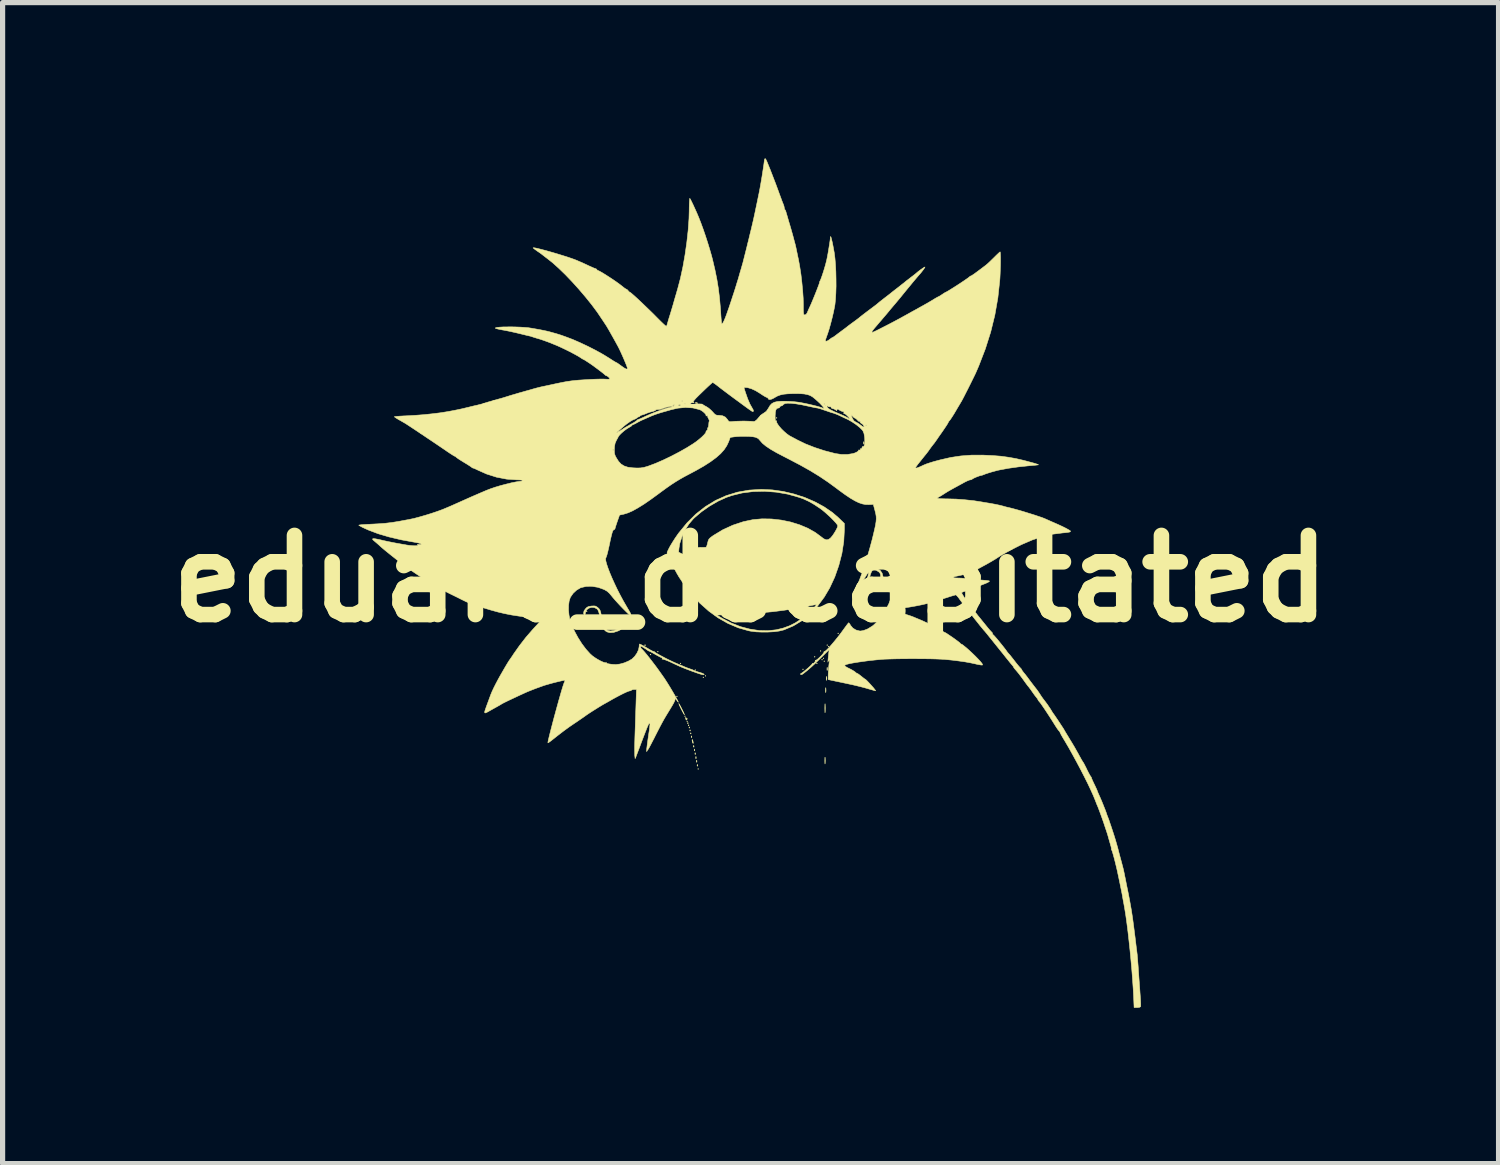
<source format=kicad_pcb>
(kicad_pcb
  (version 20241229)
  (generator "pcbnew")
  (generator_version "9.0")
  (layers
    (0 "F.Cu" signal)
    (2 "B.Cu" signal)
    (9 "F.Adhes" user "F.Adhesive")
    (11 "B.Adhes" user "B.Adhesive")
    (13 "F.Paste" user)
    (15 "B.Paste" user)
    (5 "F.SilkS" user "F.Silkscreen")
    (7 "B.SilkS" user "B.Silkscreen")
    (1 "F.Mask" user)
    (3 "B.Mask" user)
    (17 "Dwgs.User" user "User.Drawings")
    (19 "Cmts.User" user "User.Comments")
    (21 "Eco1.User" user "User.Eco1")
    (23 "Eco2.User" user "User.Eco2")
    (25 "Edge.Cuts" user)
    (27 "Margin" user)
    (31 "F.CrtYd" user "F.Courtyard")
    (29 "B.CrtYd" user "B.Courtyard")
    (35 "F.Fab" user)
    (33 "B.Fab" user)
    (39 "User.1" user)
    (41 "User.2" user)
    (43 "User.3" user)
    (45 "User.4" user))
  (footprint "eduard_decapitated"
    (layer "F.Cu")
    (at 11.401 8.093)
    (property "Reference" "eduard_decapitated" (at 0 0 0) (layer "F.SilkS") (effects (font (size 1.524 1.524) (thickness 0.3))))
    (attr through_hole)
    (fp_poly (pts (xy -3.147 0.628) (xy -3.154 0.635) (xy -3.161 0.628) (xy -3.154 0.621) (xy -3.147 0.628)) (stroke (width 0.01) (type solid)) (fill yes) (layer "F.SilkS"))
    (fp_poly (pts (xy -1.919 1.46) (xy -1.926 1.468) (xy -1.933 1.46) (xy -1.926 1.453) (xy -1.919 1.46)) (stroke (width 0.01) (type solid)) (fill yes) (layer "F.SilkS"))
    (fp_poly (pts (xy -1.778 1.404) (xy -1.785 1.411) (xy -1.792 1.404) (xy -1.785 1.397) (xy -1.778 1.404)) (stroke (width 0.01) (type solid)) (fill yes) (layer "F.SilkS"))
    (fp_poly (pts (xy -1.411 2.265) (xy -1.418 2.272) (xy -1.425 2.265) (xy -1.418 2.258) (xy -1.411 2.265)) (stroke (width 0.01) (type solid)) (fill yes) (layer "F.SilkS"))
    (fp_poly (pts (xy -1.341 1.63) (xy -1.348 1.637) (xy -1.355 1.63) (xy -1.348 1.623) (xy -1.341 1.63)) (stroke (width 0.01) (type solid)) (fill yes) (layer "F.SilkS"))
    (fp_poly (pts (xy -1.256 2.646) (xy -1.263 2.653) (xy -1.27 2.646) (xy -1.263 2.639) (xy -1.256 2.646)) (stroke (width 0.01) (type solid)) (fill yes) (layer "F.SilkS"))
    (fp_poly (pts (xy -1.214 2.745) (xy -1.221 2.752) (xy -1.228 2.745) (xy -1.221 2.738) (xy -1.214 2.745)) (stroke (width 0.01) (type solid)) (fill yes) (layer "F.SilkS"))
    (fp_poly (pts (xy -1.058 1.757) (xy -1.065 1.764) (xy -1.072 1.757) (xy -1.065 1.75) (xy -1.058 1.757)) (stroke (width 0.01) (type solid)) (fill yes) (layer "F.SilkS"))
    (fp_poly (pts (xy -1.002 3.662) (xy -1.009 3.669) (xy -1.016 3.662) (xy -1.009 3.655) (xy -1.002 3.662)) (stroke (width 0.01) (type solid)) (fill yes) (layer "F.SilkS"))
    (fp_poly (pts (xy -0.903 1.898) (xy -0.91 1.905) (xy -0.917 1.898) (xy -0.91 1.891) (xy -0.903 1.898)) (stroke (width 0.01) (type solid)) (fill yes) (layer "F.SilkS"))
    (fp_poly (pts (xy -0.861 1.87) (xy -0.868 1.877) (xy -0.875 1.87) (xy -0.868 1.863) (xy -0.861 1.87)) (stroke (width 0.01) (type solid)) (fill yes) (layer "F.SilkS"))
    (fp_poly (pts (xy 0.508 -3.097) (xy 0.501 -3.09) (xy 0.494 -3.097) (xy 0.501 -3.104) (xy 0.508 -3.097)) (stroke (width 0.01) (type solid)) (fill yes) (layer "F.SilkS"))
    (fp_poly (pts (xy 1.016 1.743) (xy 1.009 1.75) (xy 1.002 1.743) (xy 1.009 1.736) (xy 1.016 1.743)) (stroke (width 0.01) (type solid)) (fill yes) (layer "F.SilkS"))
    (fp_poly (pts (xy 1.242 1.503) (xy 1.235 1.51) (xy 1.228 1.503) (xy 1.235 1.496) (xy 1.242 1.503)) (stroke (width 0.01) (type solid)) (fill yes) (layer "F.SilkS"))
    (fp_poly (pts (xy 1.284 1.63) (xy 1.277 1.637) (xy 1.27 1.63) (xy 1.277 1.623) (xy 1.284 1.63)) (stroke (width 0.01) (type solid)) (fill yes) (layer "F.SilkS"))
    (fp_poly (pts (xy 1.355 1.39) (xy 1.348 1.397) (xy 1.341 1.39) (xy 1.348 1.383) (xy 1.355 1.39)) (stroke (width 0.01) (type solid)) (fill yes) (layer "F.SilkS"))
    (fp_poly (pts (xy 1.383 1.559) (xy 1.376 1.566) (xy 1.369 1.559) (xy 1.376 1.552) (xy 1.383 1.559)) (stroke (width 0.01) (type solid)) (fill yes) (layer "F.SilkS"))
    (fp_poly (pts (xy 1.411 1.531) (xy 1.404 1.538) (xy 1.397 1.531) (xy 1.404 1.524) (xy 1.411 1.531)) (stroke (width 0.01) (type solid)) (fill yes) (layer "F.SilkS"))
    (fp_poly (pts (xy 1.425 1.587) (xy 1.418 1.595) (xy 1.411 1.587) (xy 1.418 1.58) (xy 1.425 1.587)) (stroke (width 0.01) (type solid)) (fill yes) (layer "F.SilkS"))
    (fp_poly (pts (xy 1.482 1.277) (xy 1.475 1.284) (xy 1.468 1.277) (xy 1.475 1.27) (xy 1.482 1.277)) (stroke (width 0.01) (type solid)) (fill yes) (layer "F.SilkS"))
    (fp_poly (pts (xy 1.51 1.305) (xy 1.503 1.312) (xy 1.496 1.305) (xy 1.503 1.298) (xy 1.51 1.305)) (stroke (width 0.01) (type solid)) (fill yes) (layer "F.SilkS"))
    (fp_poly (pts (xy 1.693 1.051) (xy 1.686 1.058) (xy 1.679 1.051) (xy 1.686 1.044) (xy 1.693 1.051)) (stroke (width 0.01) (type solid)) (fill yes) (layer "F.SilkS"))
    (fp_poly (pts (xy -2.023 1.275) (xy -2.025 1.283) (xy -2.032 1.284) (xy -2.044 1.279) (xy -2.041 1.275) (xy -2.025 1.273) (xy -2.023 1.275)) (stroke (width 0.01) (type solid)) (fill yes) (layer "F.SilkS"))
    (fp_poly (pts (xy -1.204 2.77) (xy -1.202 2.787) (xy -1.204 2.789) (xy -1.213 2.787) (xy -1.214 2.78) (xy -1.208 2.768) (xy -1.204 2.77)) (stroke (width 0.01) (type solid)) (fill yes) (layer "F.SilkS"))
    (fp_poly (pts (xy -1.19 2.813) (xy -1.188 2.83) (xy -1.19 2.832) (xy -1.198 2.83) (xy -1.199 2.822) (xy -1.194 2.811) (xy -1.19 2.813)) (stroke (width 0.01) (type solid)) (fill yes) (layer "F.SilkS"))
    (fp_poly (pts (xy -1.176 2.855) (xy -1.174 2.872) (xy -1.176 2.874) (xy -1.184 2.872) (xy -1.185 2.865) (xy -1.18 2.853) (xy -1.176 2.855)) (stroke (width 0.01) (type solid)) (fill yes) (layer "F.SilkS"))
    (fp_poly (pts (xy -1.162 2.912) (xy -1.16 2.928) (xy -1.162 2.93) (xy -1.17 2.928) (xy -1.171 2.921) (xy -1.166 2.909) (xy -1.162 2.912)) (stroke (width 0.01) (type solid)) (fill yes) (layer "F.SilkS"))
    (fp_poly (pts (xy -1.148 2.968) (xy -1.146 2.985) (xy -1.148 2.987) (xy -1.156 2.985) (xy -1.157 2.977) (xy -1.152 2.966) (xy -1.148 2.968)) (stroke (width 0.01) (type solid)) (fill yes) (layer "F.SilkS"))
    (fp_poly (pts (xy -1.133 3.031) (xy -1.132 3.053) (xy -1.134 3.058) (xy -1.141 3.054) (xy -1.142 3.04) (xy -1.138 3.025) (xy -1.133 3.031)) (stroke (width 0.01) (type solid)) (fill yes) (layer "F.SilkS"))
    (fp_poly (pts (xy -1.091 3.215) (xy -1.089 3.237) (xy -1.092 3.242) (xy -1.099 3.238) (xy -1.1 3.223) (xy -1.096 3.208) (xy -1.091 3.215)) (stroke (width 0.01) (type solid)) (fill yes) (layer "F.SilkS"))
    (fp_poly (pts (xy -1.077 3.285) (xy -1.075 3.307) (xy -1.078 3.312) (xy -1.084 3.308) (xy -1.085 3.294) (xy -1.082 3.279) (xy -1.077 3.285)) (stroke (width 0.01) (type solid)) (fill yes) (layer "F.SilkS"))
    (fp_poly (pts (xy -1.063 3.356) (xy -1.061 3.378) (xy -1.064 3.383) (xy -1.07 3.379) (xy -1.071 3.364) (xy -1.068 3.349) (xy -1.063 3.356)) (stroke (width 0.01) (type solid)) (fill yes) (layer "F.SilkS"))
    (fp_poly (pts (xy -1.049 3.425) (xy -1.047 3.454) (xy -1.049 3.461) (xy -1.054 3.463) (xy -1.056 3.443) (xy -1.054 3.423) (xy -1.049 3.425)) (stroke (width 0.01) (type solid)) (fill yes) (layer "F.SilkS"))
    (fp_poly (pts (xy -1.035 3.496) (xy -1.033 3.525) (xy -1.035 3.531) (xy -1.04 3.533) (xy -1.042 3.514) (xy -1.04 3.494) (xy -1.035 3.496)) (stroke (width 0.01) (type solid)) (fill yes) (layer "F.SilkS"))
    (fp_poly (pts (xy -1.02 3.582) (xy -1.019 3.604) (xy -1.022 3.609) (xy -1.028 3.604) (xy -1.029 3.59) (xy -1.026 3.575) (xy -1.02 3.582)) (stroke (width 0.01) (type solid)) (fill yes) (layer "F.SilkS"))
    (fp_poly (pts (xy -1.037 -3.392) (xy -1.017 -3.381) (xy -1.026 -3.376) (xy -1.043 -3.376) (xy -1.063 -3.382) (xy -1.064 -3.389) (xy -1.047 -3.394) (xy -1.037 -3.392)) (stroke (width 0.01) (type solid)) (fill yes) (layer "F.SilkS"))
    (fp_poly (pts (xy -1.117 3.102) (xy -1.109 3.127) (xy -1.104 3.156) (xy -1.105 3.17) (xy -1.113 3.163) (xy -1.121 3.139) (xy -1.126 3.109) (xy -1.124 3.095) (xy -1.117 3.102)) (stroke (width 0.01) (type solid)) (fill yes) (layer "F.SilkS"))
    (fp_poly (pts (xy 1.449 2.106) (xy 1.452 2.152) (xy 1.449 2.184) (xy 1.446 2.192) (xy 1.444 2.176) (xy 1.444 2.145) (xy 1.444 2.11) (xy 1.447 2.097) (xy 1.449 2.106)) (stroke (width 0.01) (type solid)) (fill yes) (layer "F.SilkS"))
    (fp_poly (pts (xy 1.463 1.887) (xy 1.466 1.928) (xy 1.463 1.951) (xy 1.46 1.958) (xy 1.458 1.94) (xy 1.457 1.919) (xy 1.458 1.889) (xy 1.461 1.88) (xy 1.463 1.887)) (stroke (width 0.01) (type solid)) (fill yes) (layer "F.SilkS"))
    (fp_poly (pts (xy 1.477 1.711) (xy 1.479 1.747) (xy 1.477 1.76) (xy 1.473 1.765) (xy 1.471 1.745) (xy 1.471 1.736) (xy 1.472 1.71) (xy 1.476 1.707) (xy 1.477 1.711)) (stroke (width 0.01) (type solid)) (fill yes) (layer "F.SilkS"))
    (fp_poly (pts (xy 2.182 -2.637) (xy 2.183 -2.635) (xy 2.185 -2.604) (xy 2.182 -2.593) (xy 2.178 -2.592) (xy 2.176 -2.614) (xy 2.176 -2.618) (xy 2.178 -2.639) (xy 2.182 -2.637)) (stroke (width 0.01) (type solid)) (fill yes) (layer "F.SilkS"))
    (fp_poly (pts (xy 1.435 3.439) (xy 1.436 3.447) (xy 1.438 3.5) (xy 1.436 3.552) (xy 1.433 3.565) (xy 1.431 3.552) (xy 1.43 3.517) (xy 1.43 3.5) (xy 1.431 3.457) (xy 1.432 3.436) (xy 1.435 3.439)) (stroke (width 0.01) (type solid)) (fill yes) (layer "F.SilkS"))
    (fp_poly (pts (xy -1.242 2.673) (xy -1.242 2.68) (xy -1.234 2.69) (xy -1.228 2.688) (xy -1.22 2.691) (xy -1.222 2.702) (xy -1.233 2.721) (xy -1.242 2.714) (xy -1.248 2.7) (xy -1.252 2.677) (xy -1.249 2.67) (xy -1.242 2.673)) (stroke (width 0.01) (type solid)) (fill yes) (layer "F.SilkS"))
    (fp_poly (pts (xy 1.436 2.424) (xy 1.438 2.484) (xy 1.437 2.545) (xy 1.436 2.565) (xy 1.433 2.58) (xy 1.432 2.569) (xy 1.431 2.536) (xy 1.43 2.491) (xy 1.431 2.441) (xy 1.432 2.412) (xy 1.434 2.407) (xy 1.436 2.424)) (stroke (width 0.01) (type solid)) (fill yes) (layer "F.SilkS"))
    (fp_poly (pts (xy -1.376 2.409) (xy -1.36 2.436) (xy -1.337 2.479) (xy -1.325 2.503) (xy -1.3 2.553) (xy -1.282 2.592) (xy -1.273 2.615) (xy -1.273 2.619) (xy -1.281 2.609) (xy -1.298 2.58) (xy -1.321 2.536) (xy -1.331 2.518) (xy -1.355 2.468) (xy -1.373 2.429) (xy -1.382 2.405) (xy -1.382 2.402) (xy -1.376 2.409)) (stroke (width 0.01) (type solid)) (fill yes) (layer "F.SilkS"))
    (fp_poly (pts (xy -2.981 0.528) (xy -2.954 0.545) (xy -2.936 0.559) (xy -2.913 0.583) (xy -2.897 0.61) (xy -2.885 0.648) (xy -2.874 0.704) (xy -2.871 0.72) (xy -2.849 0.826) (xy -2.823 0.906) (xy -2.791 0.961) (xy -2.751 0.994) (xy -2.701 1.005) (xy -2.638 0.998) (xy -2.572 0.976) (xy -2.524 0.961) (xy -2.496 0.959) (xy -2.491 0.968) (xy -2.51 0.984) (xy -2.548 1.004) (xy -2.636 1.033) (xy -2.711 1.038) (xy -2.762 1.024) (xy -2.798 1.002) (xy -2.827 0.967) (xy -2.852 0.918) (xy -2.874 0.848) (xy -2.894 0.76) (xy -2.91 0.688) (xy -2.924 0.638) (xy -2.937 0.606) (xy -2.953 0.585) (xy -2.961 0.578) (xy -3.01 0.554) (xy -3.063 0.551) (xy -3.113 0.566) (xy -3.153 0.596) (xy -3.176 0.64) (xy -3.178 0.653) (xy -3.186 0.687) (xy -3.198 0.697) (xy -3.21 0.682) (xy -3.215 0.661) (xy -3.207 0.619) (xy -3.178 0.578) (xy -3.149 0.549) (xy -3.117 0.534) (xy -3.07 0.526) (xy -3.059 0.525) (xy -3.012 0.523) (xy -2.981 0.528)) (stroke (width 0.01) (type solid)) (fill yes) (layer "F.SilkS"))
    (fp_poly (pts (xy 0.417 -1.711) (xy 0.629 -1.681) (xy 0.839 -1.631) (xy 1.043 -1.565) (xy 1.236 -1.482) (xy 1.415 -1.385) (xy 1.575 -1.276) (xy 1.689 -1.178) (xy 1.806 -1.065) (xy 1.806 -0.945) (xy 1.794 -0.717) (xy 1.758 -0.486) (xy 1.699 -0.257) (xy 1.621 -0.034) (xy 1.524 0.175) (xy 1.418 0.354) (xy 1.286 0.531) (xy 1.143 0.682) (xy 0.988 0.808) (xy 0.822 0.908) (xy 0.645 0.983) (xy 0.628 0.988) (xy 0.548 1.007) (xy 0.449 1.02) (xy 0.337 1.026) (xy 0.22 1.027) (xy 0.106 1.022) (xy 0.003 1.009) (xy -0.039 1.001) (xy -0.238 0.944) (xy -0.434 0.861) (xy -0.625 0.753) (xy -0.7 0.699) (xy -0.652 0.699) (xy -0.537 0.767) (xy -0.369 0.854) (xy -0.194 0.922) (xy -0.015 0.969) (xy 0.163 0.996) (xy 0.335 1) (xy 0.496 0.982) (xy 0.627 0.95) (xy 0.746 0.907) (xy 0.86 0.85) (xy 0.977 0.774) (xy 1.026 0.738) (xy 1.067 0.705) (xy 1.113 0.664) (xy 1.159 0.62) (xy 1.202 0.577) (xy 1.237 0.54) (xy 1.259 0.512) (xy 1.265 0.498) (xy 1.265 0.498) (xy 1.251 0.5) (xy 1.213 0.506) (xy 1.158 0.517) (xy 1.088 0.53) (xy 1.022 0.543) (xy 0.831 0.578) (xy 0.634 0.608) (xy 0.429 0.634) (xy 0.211 0.654) (xy -0.026 0.671) (xy -0.284 0.684) (xy -0.393 0.689) (xy -0.652 0.699) (xy -0.7 0.699) (xy -0.807 0.621) (xy -0.979 0.468) (xy -1.138 0.295) (xy -1.148 0.282) (xy -1.187 0.234) (xy -1.218 0.196) (xy -1.245 0.159) (xy -1.274 0.119) (xy -1.31 0.068) (xy -1.352 0.005) (xy -1.384 -0.044) (xy -1.42 -0.106) (xy -1.459 -0.177) (xy -1.499 -0.25) (xy -1.535 -0.322) (xy -1.567 -0.388) (xy -1.592 -0.442) (xy -1.606 -0.479) (xy -1.609 -0.492) (xy -1.603 -0.512) (xy -1.386 -0.512) (xy -1.311 -0.475) (xy -1.247 -0.448) (xy -1.196 -0.439) (xy -1.152 -0.451) (xy -1.108 -0.481) (xy -1.107 -0.482) (xy -1.072 -0.518) (xy -1.043 -0.556) (xy -1.036 -0.567) (xy -1.022 -0.59) (xy -1.004 -0.602) (xy -0.973 -0.605) (xy -0.939 -0.604) (xy -0.894 -0.604) (xy -0.862 -0.607) (xy -0.852 -0.61) (xy -0.844 -0.629) (xy -0.833 -0.665) (xy -0.826 -0.695) (xy -0.816 -0.733) (xy -0.803 -0.761) (xy -0.781 -0.785) (xy -0.744 -0.814) (xy -0.714 -0.835) (xy -0.535 -0.943) (xy -0.341 -1.032) (xy -0.139 -1.099) (xy 0.045 -1.138) (xy 0.221 -1.154) (xy 0.404 -1.151) (xy 0.589 -1.13) (xy 0.77 -1.093) (xy 0.944 -1.039) (xy 1.104 -0.972) (xy 1.248 -0.89) (xy 1.352 -0.813) (xy 1.408 -0.77) (xy 1.454 -0.75) (xy 1.493 -0.753) (xy 1.532 -0.778) (xy 1.548 -0.794) (xy 1.579 -0.831) (xy 1.611 -0.879) (xy 1.642 -0.931) (xy 1.666 -0.978) (xy 1.678 -1.012) (xy 1.679 -1.02) (xy 1.669 -1.041) (xy 1.641 -1.077) (xy 1.6 -1.122) (xy 1.549 -1.174) (xy 1.492 -1.227) (xy 1.434 -1.279) (xy 1.379 -1.325) (xy 1.341 -1.353) (xy 1.227 -1.429) (xy 1.124 -1.488) (xy 1.023 -1.535) (xy 0.939 -1.566) (xy 0.72 -1.628) (xy 0.496 -1.667) (xy 0.272 -1.684) (xy 0.052 -1.679) (xy -0.162 -1.652) (xy -0.364 -1.602) (xy -0.467 -1.566) (xy -0.627 -1.493) (xy -0.789 -1.399) (xy -0.942 -1.292) (xy -1.078 -1.177) (xy -1.105 -1.151) (xy -1.188 -1.053) (xy -1.262 -0.936) (xy -1.321 -0.81) (xy -1.362 -0.683) (xy -1.378 -0.591) (xy -1.386 -0.512) (xy -1.603 -0.512) (xy -1.601 -0.523) (xy -1.578 -0.572) (xy -1.545 -0.634) (xy -1.501 -0.706) (xy -1.452 -0.783) (xy -1.398 -0.861) (xy -1.381 -0.884) (xy -1.223 -1.077) (xy -1.053 -1.246) (xy -0.87 -1.389) (xy -0.675 -1.508) (xy -0.47 -1.6) (xy -0.254 -1.667) (xy -0.027 -1.707) (xy 0.207 -1.721) (xy 0.417 -1.711)) (stroke (width 0.01) (type solid)) (fill yes) (layer "F.SilkS"))
    (fp_poly (pts (xy 0.285 -8.087) (xy 0.289 -8.084) (xy 0.3 -8.064) (xy 0.319 -8.022) (xy 0.344 -7.96) (xy 0.376 -7.882) (xy 0.411 -7.792) (xy 0.449 -7.693) (xy 0.489 -7.589) (xy 0.528 -7.483) (xy 0.55 -7.422) (xy 0.575 -7.355) (xy 0.598 -7.292) (xy 0.617 -7.242) (xy 0.629 -7.214) (xy 0.643 -7.175) (xy 0.649 -7.142) (xy 0.649 -7.141) (xy 0.655 -7.114) (xy 0.662 -7.106) (xy 0.674 -7.087) (xy 0.681 -7.066) (xy 0.688 -7.04) (xy 0.702 -6.994) (xy 0.719 -6.935) (xy 0.733 -6.886) (xy 0.761 -6.793) (xy 0.789 -6.696) (xy 0.816 -6.6) (xy 0.839 -6.513) (xy 0.859 -6.439) (xy 0.872 -6.384) (xy 0.875 -6.371) (xy 0.882 -6.335) (xy 0.894 -6.279) (xy 0.908 -6.211) (xy 0.923 -6.141) (xy 0.947 -6.008) (xy 0.97 -5.858) (xy 0.988 -5.702) (xy 1.003 -5.546) (xy 1.013 -5.401) (xy 1.016 -5.274) (xy 1.016 -5.274) (xy 1.016 -5.197) (xy 1.017 -5.143) (xy 1.02 -5.109) (xy 1.024 -5.09) (xy 1.032 -5.082) (xy 1.043 -5.08) (xy 1.045 -5.08) (xy 1.071 -5.091) (xy 1.093 -5.127) (xy 1.095 -5.133) (xy 1.116 -5.182) (xy 1.14 -5.234) (xy 1.144 -5.242) (xy 1.166 -5.291) (xy 1.192 -5.353) (xy 1.221 -5.423) (xy 1.25 -5.494) (xy 1.277 -5.563) (xy 1.3 -5.623) (xy 1.317 -5.669) (xy 1.326 -5.697) (xy 1.326 -5.702) (xy 1.334 -5.73) (xy 1.339 -5.737) (xy 1.349 -5.758) (xy 1.365 -5.8) (xy 1.385 -5.858) (xy 1.407 -5.926) (xy 1.429 -5.999) (xy 1.449 -6.07) (xy 1.465 -6.135) (xy 1.467 -6.143) (xy 1.478 -6.198) (xy 1.492 -6.273) (xy 1.506 -6.357) (xy 1.52 -6.442) (xy 1.531 -6.519) (xy 1.538 -6.579) (xy 1.539 -6.587) (xy 1.543 -6.589) (xy 1.551 -6.568) (xy 1.561 -6.528) (xy 1.574 -6.474) (xy 1.587 -6.409) (xy 1.6 -6.338) (xy 1.612 -6.272) (xy 1.625 -6.167) (xy 1.635 -6.045) (xy 1.642 -5.911) (xy 1.645 -5.772) (xy 1.646 -5.634) (xy 1.642 -5.502) (xy 1.635 -5.384) (xy 1.625 -5.284) (xy 1.619 -5.246) (xy 1.597 -5.137) (xy 1.57 -5.022) (xy 1.541 -4.909) (xy 1.512 -4.806) (xy 1.484 -4.719) (xy 1.475 -4.695) (xy 1.458 -4.646) (xy 1.445 -4.608) (xy 1.439 -4.586) (xy 1.439 -4.586) (xy 1.449 -4.573) (xy 1.474 -4.577) (xy 1.508 -4.597) (xy 1.521 -4.607) (xy 1.551 -4.63) (xy 1.57 -4.642) (xy 1.573 -4.643) (xy 1.589 -4.65) (xy 1.618 -4.67) (xy 1.634 -4.682) (xy 1.673 -4.712) (xy 1.723 -4.749) (xy 1.771 -4.785) (xy 1.813 -4.816) (xy 1.845 -4.84) (xy 1.862 -4.854) (xy 1.863 -4.855) (xy 1.877 -4.866) (xy 1.908 -4.889) (xy 1.951 -4.921) (xy 1.976 -4.939) (xy 2.023 -4.973) (xy 2.061 -5.002) (xy 2.084 -5.019) (xy 2.088 -5.023) (xy 2.101 -5.034) (xy 2.13 -5.057) (xy 2.175 -5.092) (xy 2.238 -5.14) (xy 2.322 -5.203) (xy 2.39 -5.254) (xy 2.428 -5.283) (xy 2.461 -5.311) (xy 2.461 -5.311) (xy 2.492 -5.337) (xy 2.531 -5.367) (xy 2.54 -5.374) (xy 2.57 -5.398) (xy 2.617 -5.434) (xy 2.673 -5.477) (xy 2.73 -5.523) (xy 2.789 -5.569) (xy 2.845 -5.612) (xy 2.89 -5.648) (xy 2.919 -5.671) (xy 2.953 -5.697) (xy 2.978 -5.718) (xy 2.983 -5.722) (xy 3.001 -5.737) (xy 3.036 -5.763) (xy 3.078 -5.796) (xy 3.083 -5.8) (xy 3.129 -5.835) (xy 3.169 -5.866) (xy 3.195 -5.888) (xy 3.196 -5.889) (xy 3.227 -5.915) (xy 3.264 -5.943) (xy 3.302 -5.97) (xy 3.335 -5.992) (xy 3.355 -6.002) (xy 3.358 -6.002) (xy 3.351 -5.987) (xy 3.331 -5.957) (xy 3.305 -5.923) (xy 3.28 -5.891) (xy 3.267 -5.876) (xy 3.236 -5.841) (xy 3.189 -5.786) (xy 3.131 -5.717) (xy 3.063 -5.634) (xy 2.996 -5.553) (xy 2.939 -5.483) (xy 2.88 -5.41) (xy 2.824 -5.343) (xy 2.778 -5.288) (xy 2.769 -5.278) (xy 2.726 -5.227) (xy 2.687 -5.181) (xy 2.658 -5.145) (xy 2.648 -5.133) (xy 2.618 -5.097) (xy 2.583 -5.056) (xy 2.579 -5.051) (xy 2.548 -5.015) (xy 2.509 -4.969) (xy 2.48 -4.936) (xy 2.443 -4.892) (xy 2.408 -4.851) (xy 2.388 -4.828) (xy 2.354 -4.786) (xy 2.337 -4.756) (xy 2.338 -4.742) (xy 2.342 -4.741) (xy 2.358 -4.748) (xy 2.396 -4.765) (xy 2.45 -4.791) (xy 2.516 -4.825) (xy 2.591 -4.863) (xy 2.669 -4.903) (xy 2.747 -4.944) (xy 2.82 -4.983) (xy 2.885 -5.018) (xy 2.921 -5.038) (xy 2.981 -5.071) (xy 3.042 -5.105) (xy 3.092 -5.133) (xy 3.097 -5.136) (xy 3.152 -5.166) (xy 3.209 -5.197) (xy 3.231 -5.21) (xy 3.285 -5.24) (xy 3.343 -5.272) (xy 3.358 -5.281) (xy 3.403 -5.306) (xy 3.459 -5.339) (xy 3.516 -5.373) (xy 3.517 -5.374) (xy 3.563 -5.402) (xy 3.599 -5.422) (xy 3.619 -5.432) (xy 3.621 -5.433) (xy 3.636 -5.44) (xy 3.666 -5.459) (xy 3.69 -5.475) (xy 3.726 -5.499) (xy 3.751 -5.514) (xy 3.758 -5.517) (xy 3.775 -5.525) (xy 3.81 -5.545) (xy 3.86 -5.576) (xy 3.919 -5.613) (xy 3.983 -5.654) (xy 4.047 -5.696) (xy 4.107 -5.736) (xy 4.158 -5.771) (xy 4.196 -5.798) (xy 4.215 -5.814) (xy 4.217 -5.816) (xy 4.233 -5.828) (xy 4.236 -5.828) (xy 4.248 -5.832) (xy 4.272 -5.847) (xy 4.309 -5.872) (xy 4.362 -5.911) (xy 4.433 -5.964) (xy 4.523 -6.032) (xy 4.537 -6.043) (xy 4.564 -6.066) (xy 4.605 -6.104) (xy 4.653 -6.151) (xy 4.687 -6.184) (xy 4.732 -6.229) (xy 4.769 -6.264) (xy 4.794 -6.287) (xy 4.804 -6.294) (xy 4.808 -6.28) (xy 4.81 -6.243) (xy 4.812 -6.188) (xy 4.812 -6.118) (xy 4.811 -6.039) (xy 4.808 -5.955) (xy 4.805 -5.871) (xy 4.801 -5.791) (xy 4.798 -5.749) (xy 4.761 -5.408) (xy 4.703 -5.077) (xy 4.623 -4.751) (xy 4.52 -4.426) (xy 4.393 -4.097) (xy 4.339 -3.972) (xy 4.321 -3.933) (xy 4.293 -3.876) (xy 4.259 -3.807) (xy 4.221 -3.73) (xy 4.182 -3.652) (xy 4.143 -3.576) (xy 4.108 -3.507) (xy 4.079 -3.452) (xy 4.058 -3.413) (xy 4.05 -3.401) (xy 4.038 -3.38) (xy 4.015 -3.341) (xy 3.985 -3.291) (xy 3.971 -3.267) (xy 3.92 -3.18) (xy 3.877 -3.112) (xy 3.845 -3.064) (xy 3.825 -3.039) (xy 3.821 -3.036) (xy 3.81 -3.02) (xy 3.81 -3.019) (xy 3.805 -3.007) (xy 3.791 -2.982) (xy 3.765 -2.941) (xy 3.726 -2.883) (xy 3.673 -2.806) (xy 3.62 -2.731) (xy 3.591 -2.688) (xy 3.565 -2.651) (xy 3.553 -2.634) (xy 3.532 -2.605) (xy 3.52 -2.591) (xy 3.505 -2.572) (xy 3.479 -2.538) (xy 3.45 -2.498) (xy 3.42 -2.455) (xy 3.394 -2.421) (xy 3.38 -2.403) (xy 3.358 -2.376) (xy 3.351 -2.368) (xy 3.336 -2.349) (xy 3.308 -2.314) (xy 3.273 -2.27) (xy 3.256 -2.249) (xy 3.22 -2.204) (xy 3.193 -2.167) (xy 3.177 -2.144) (xy 3.175 -2.14) (xy 3.186 -2.131) (xy 3.219 -2.138) (xy 3.273 -2.161) (xy 3.274 -2.161) (xy 3.331 -2.188) (xy 3.387 -2.211) (xy 3.45 -2.232) (xy 3.524 -2.255) (xy 3.617 -2.28) (xy 3.655 -2.29) (xy 3.856 -2.336) (xy 4.051 -2.365) (xy 4.251 -2.38) (xy 4.465 -2.381) (xy 4.487 -2.38) (xy 4.659 -2.372) (xy 4.814 -2.36) (xy 4.961 -2.34) (xy 5.108 -2.314) (xy 5.263 -2.278) (xy 5.434 -2.232) (xy 5.473 -2.221) (xy 5.513 -2.208) (xy 5.538 -2.198) (xy 5.543 -2.194) (xy 5.528 -2.192) (xy 5.49 -2.187) (xy 5.435 -2.182) (xy 5.368 -2.176) (xy 5.355 -2.175) (xy 5.155 -2.154) (xy 4.971 -2.128) (xy 4.808 -2.098) (xy 4.755 -2.087) (xy 4.696 -2.071) (xy 4.631 -2.053) (xy 4.57 -2.034) (xy 4.519 -2.017) (xy 4.487 -2.004) (xy 4.484 -2.003) (xy 4.454 -1.992) (xy 4.44 -1.99) (xy 4.416 -1.984) (xy 4.378 -1.971) (xy 4.335 -1.954) (xy 4.296 -1.936) (xy 4.27 -1.921) (xy 4.264 -1.916) (xy 4.248 -1.907) (xy 4.233 -1.905) (xy 4.207 -1.899) (xy 4.167 -1.882) (xy 4.128 -1.863) (xy 4.024 -1.806) (xy 3.941 -1.761) (xy 3.876 -1.725) (xy 3.826 -1.697) (xy 3.788 -1.675) (xy 3.759 -1.656) (xy 3.753 -1.653) (xy 3.702 -1.62) (xy 3.665 -1.597) (xy 3.635 -1.58) (xy 3.63 -1.578) (xy 3.606 -1.562) (xy 3.598 -1.55) (xy 3.612 -1.546) (xy 3.648 -1.542) (xy 3.703 -1.54) (xy 3.771 -1.538) (xy 3.799 -1.538) (xy 3.956 -1.534) (xy 4.126 -1.521) (xy 4.296 -1.503) (xy 4.438 -1.481) (xy 4.501 -1.47) (xy 4.568 -1.459) (xy 4.6 -1.454) (xy 4.704 -1.435) (xy 4.795 -1.416) (xy 4.866 -1.398) (xy 4.868 -1.397) (xy 4.917 -1.383) (xy 4.969 -1.371) (xy 4.974 -1.37) (xy 5.031 -1.356) (xy 5.105 -1.336) (xy 5.191 -1.312) (xy 5.284 -1.284) (xy 5.377 -1.255) (xy 5.467 -1.227) (xy 5.547 -1.2) (xy 5.613 -1.178) (xy 5.658 -1.16) (xy 5.666 -1.157) (xy 5.69 -1.146) (xy 5.733 -1.127) (xy 5.789 -1.102) (xy 5.835 -1.082) (xy 5.926 -1.042) (xy 6.006 -1.005) (xy 6.074 -0.971) (xy 6.124 -0.943) (xy 6.154 -0.924) (xy 6.159 -0.918) (xy 6.158 -0.907) (xy 6.14 -0.899) (xy 6.1 -0.892) (xy 6.036 -0.885) (xy 6.011 -0.883) (xy 5.815 -0.858) (xy 5.621 -0.813) (xy 5.423 -0.747) (xy 5.218 -0.659) (xy 5.106 -0.603) (xy 5.004 -0.55) (xy 4.922 -0.506) (xy 4.855 -0.468) (xy 4.797 -0.433) (xy 4.748 -0.402) (xy 4.713 -0.379) (xy 4.679 -0.359) (xy 4.641 -0.336) (xy 4.592 -0.308) (xy 4.525 -0.27) (xy 4.508 -0.261) (xy 4.386 -0.195) (xy 4.28 -0.144) (xy 4.183 -0.105) (xy 4.09 -0.077) (xy 3.993 -0.055) (xy 3.99 -0.055) (xy 3.942 -0.045) (xy 3.908 -0.034) (xy 3.895 -0.026) (xy 3.895 -0.026) (xy 3.908 -0.02) (xy 3.942 -0.016) (xy 3.99 -0.014) (xy 3.997 -0.014) (xy 4.058 -0.012) (xy 4.115 -0.007) (xy 4.155 -0.001) (xy 4.19 0.005) (xy 4.246 0.011) (xy 4.316 0.017) (xy 4.392 0.022) (xy 4.405 0.022) (xy 4.476 0.027) (xy 4.535 0.032) (xy 4.578 0.038) (xy 4.599 0.043) (xy 4.6 0.045) (xy 4.589 0.058) (xy 4.56 0.074) (xy 4.554 0.077) (xy 4.509 0.096) (xy 4.448 0.12) (xy 4.379 0.147) (xy 4.306 0.175) (xy 4.237 0.201) (xy 4.176 0.223) (xy 4.129 0.24) (xy 4.103 0.248) (xy 4.103 0.248) (xy 4.075 0.259) (xy 4.064 0.271) (xy 4.071 0.288) (xy 4.09 0.32) (xy 4.116 0.361) (xy 4.144 0.401) (xy 4.166 0.43) (xy 4.184 0.454) (xy 4.214 0.494) (xy 4.249 0.54) (xy 4.284 0.586) (xy 4.313 0.625) (xy 4.325 0.641) (xy 4.356 0.682) (xy 4.384 0.718) (xy 4.405 0.743) (xy 4.439 0.785) (xy 4.481 0.837) (xy 4.523 0.889) (xy 4.565 0.941) (xy 4.602 0.985) (xy 4.63 1.015) (xy 4.643 1.028) (xy 4.644 1.028) (xy 4.656 1.044) (xy 4.657 1.051) (xy 4.663 1.072) (xy 4.667 1.075) (xy 4.682 1.088) (xy 4.709 1.118) (xy 4.746 1.16) (xy 4.787 1.21) (xy 4.83 1.263) (xy 4.87 1.313) (xy 4.903 1.355) (xy 4.925 1.385) (xy 4.929 1.392) (xy 4.947 1.416) (xy 4.971 1.444) (xy 4.994 1.469) (xy 5.027 1.511) (xy 5.066 1.56) (xy 5.08 1.579) (xy 5.119 1.629) (xy 5.155 1.673) (xy 5.182 1.704) (xy 5.189 1.711) (xy 5.212 1.736) (xy 5.221 1.752) (xy 5.23 1.77) (xy 5.251 1.797) (xy 5.255 1.803) (xy 5.288 1.842) (xy 5.321 1.885) (xy 5.323 1.887) (xy 5.349 1.923) (xy 5.385 1.971) (xy 5.426 2.025) (xy 5.465 2.076) (xy 5.497 2.117) (xy 5.511 2.134) (xy 5.53 2.161) (xy 5.556 2.199) (xy 5.569 2.219) (xy 5.599 2.265) (xy 5.63 2.309) (xy 5.64 2.321) (xy 5.713 2.418) (xy 5.767 2.498) (xy 5.786 2.528) (xy 5.81 2.569) (xy 5.831 2.599) (xy 5.85 2.625) (xy 5.877 2.665) (xy 5.911 2.715) (xy 5.946 2.768) (xy 5.98 2.82) (xy 6.01 2.865) (xy 6.031 2.898) (xy 6.039 2.913) (xy 6.04 2.913) (xy 6.047 2.927) (xy 6.066 2.959) (xy 6.095 3.007) (xy 6.131 3.066) (xy 6.147 3.093) (xy 6.193 3.168) (xy 6.24 3.247) (xy 6.282 3.322) (xy 6.316 3.382) (xy 6.318 3.387) (xy 6.348 3.441) (xy 6.374 3.488) (xy 6.393 3.519) (xy 6.399 3.528) (xy 6.413 3.549) (xy 6.434 3.589) (xy 6.461 3.642) (xy 6.477 3.676) (xy 6.504 3.73) (xy 6.528 3.774) (xy 6.544 3.801) (xy 6.55 3.808) (xy 6.561 3.824) (xy 6.562 3.829) (xy 6.568 3.848) (xy 6.584 3.886) (xy 6.607 3.935) (xy 6.618 3.958) (xy 6.643 4.01) (xy 6.662 4.051) (xy 6.673 4.077) (xy 6.674 4.082) (xy 6.68 4.099) (xy 6.695 4.134) (xy 6.715 4.179) (xy 6.716 4.18) (xy 6.734 4.221) (xy 6.757 4.274) (xy 6.782 4.335) (xy 6.806 4.396) (xy 6.829 4.453) (xy 6.846 4.499) (xy 6.856 4.528) (xy 6.858 4.535) (xy 6.863 4.55) (xy 6.875 4.581) (xy 6.879 4.591) (xy 6.893 4.627) (xy 6.902 4.65) (xy 6.902 4.653) (xy 6.908 4.671) (xy 6.92 4.707) (xy 6.932 4.741) (xy 6.963 4.834) (xy 6.996 4.935) (xy 7.027 5.035) (xy 7.053 5.125) (xy 7.07 5.186) (xy 7.084 5.241) (xy 7.103 5.314) (xy 7.124 5.392) (xy 7.139 5.447) (xy 7.158 5.519) (xy 7.176 5.588) (xy 7.189 5.647) (xy 7.196 5.68) (xy 7.204 5.722) (xy 7.217 5.783) (xy 7.231 5.855) (xy 7.244 5.92) (xy 7.277 6.081) (xy 7.305 6.23) (xy 7.331 6.377) (xy 7.354 6.527) (xy 7.376 6.69) (xy 7.399 6.872) (xy 7.401 6.886) (xy 7.412 6.977) (xy 7.422 7.061) (xy 7.431 7.133) (xy 7.438 7.188) (xy 7.442 7.222) (xy 7.443 7.225) (xy 7.445 7.253) (xy 7.45 7.305) (xy 7.455 7.375) (xy 7.462 7.459) (xy 7.468 7.551) (xy 7.471 7.592) (xy 7.478 7.695) (xy 7.486 7.8) (xy 7.493 7.9) (xy 7.499 7.986) (xy 7.504 8.054) (xy 7.505 8.065) (xy 7.509 8.129) (xy 7.511 8.184) (xy 7.511 8.222) (xy 7.51 8.237) (xy 7.493 8.249) (xy 7.455 8.255) (xy 7.444 8.255) (xy 7.384 8.255) (xy 7.375 8.047) (xy 7.366 7.886) (xy 7.354 7.712) (xy 7.34 7.529) (xy 7.323 7.341) (xy 7.305 7.153) (xy 7.285 6.968) (xy 7.265 6.79) (xy 7.244 6.625) (xy 7.223 6.475) (xy 7.202 6.345) (xy 7.183 6.239) (xy 7.182 6.237) (xy 7.173 6.187) (xy 7.165 6.142) (xy 7.163 6.131) (xy 7.158 6.1) (xy 7.148 6.047) (xy 7.134 5.978) (xy 7.118 5.899) (xy 7.101 5.816) (xy 7.084 5.735) (xy 7.068 5.661) (xy 7.065 5.644) (xy 7.045 5.557) (xy 7.024 5.471) (xy 7.004 5.391) (xy 6.985 5.322) (xy 6.969 5.267) (xy 6.958 5.233) (xy 6.953 5.225) (xy 6.945 5.209) (xy 6.947 5.207) (xy 6.947 5.195) (xy 6.941 5.162) (xy 6.928 5.116) (xy 6.927 5.112) (xy 6.909 5.05) (xy 6.891 4.987) (xy 6.88 4.946) (xy 6.867 4.904) (xy 6.847 4.843) (xy 6.822 4.769) (xy 6.795 4.687) (xy 6.766 4.605) (xy 6.738 4.527) (xy 6.713 4.46) (xy 6.694 4.41) (xy 6.686 4.389) (xy 6.668 4.348) (xy 6.647 4.294) (xy 6.632 4.255) (xy 6.597 4.17) (xy 6.55 4.066) (xy 6.493 3.945) (xy 6.427 3.813) (xy 6.355 3.673) (xy 6.278 3.528) (xy 6.2 3.385) (xy 6.122 3.245) (xy 6.045 3.114) (xy 6.016 3.066) (xy 5.988 3.018) (xy 5.967 2.978) (xy 5.956 2.954) (xy 5.955 2.951) (xy 5.944 2.934) (xy 5.942 2.933) (xy 5.929 2.919) (xy 5.906 2.888) (xy 5.878 2.845) (xy 5.875 2.841) (xy 5.817 2.748) (xy 5.759 2.657) (xy 5.704 2.573) (xy 5.655 2.499) (xy 5.613 2.438) (xy 5.582 2.394) (xy 5.564 2.372) (xy 5.542 2.346) (xy 5.532 2.328) (xy 5.532 2.327) (xy 5.523 2.309) (xy 5.514 2.298) (xy 5.498 2.278) (xy 5.47 2.242) (xy 5.437 2.196) (xy 5.426 2.18) (xy 5.394 2.134) (xy 5.367 2.098) (xy 5.351 2.077) (xy 5.348 2.074) (xy 5.337 2.061) (xy 5.313 2.029) (xy 5.28 1.984) (xy 5.249 1.94) (xy 5.206 1.882) (xy 5.165 1.828) (xy 5.129 1.784) (xy 5.112 1.764) (xy 5.085 1.733) (xy 5.068 1.711) (xy 5.066 1.705) (xy 5.057 1.688) (xy 5.048 1.677) (xy 5.035 1.661) (xy 5.006 1.627) (xy 4.965 1.576) (xy 4.913 1.512) (xy 4.854 1.437) (xy 4.788 1.356) (xy 4.77 1.333) (xy 4.704 1.251) (xy 4.644 1.176) (xy 4.591 1.111) (xy 4.549 1.058) (xy 4.519 1.022) (xy 4.503 1.003) (xy 4.502 1.002) (xy 4.488 0.987) (xy 4.46 0.953) (xy 4.42 0.905) (xy 4.373 0.845) (xy 4.32 0.779) (xy 4.266 0.709) (xy 4.219 0.649) (xy 4.162 0.575) (xy 4.119 0.519) (xy 4.088 0.478) (xy 4.064 0.447) (xy 4.046 0.423) (xy 4.03 0.401) (xy 4.014 0.378) (xy 4.008 0.37) (xy 3.981 0.337) (xy 3.959 0.315) (xy 3.951 0.31) (xy 3.933 0.315) (xy 3.894 0.326) (xy 3.84 0.342) (xy 3.793 0.358) (xy 3.725 0.379) (xy 3.66 0.4) (xy 3.607 0.416) (xy 3.584 0.423) (xy 3.537 0.436) (xy 3.496 0.449) (xy 3.485 0.452) (xy 3.403 0.476) (xy 3.3 0.5) (xy 3.186 0.523) (xy 3.067 0.544) (xy 2.953 0.561) (xy 2.852 0.572) (xy 2.812 0.575) (xy 2.758 0.579) (xy 2.718 0.584) (xy 2.697 0.59) (xy 2.695 0.591) (xy 2.708 0.6) (xy 2.74 0.612) (xy 2.769 0.62) (xy 2.817 0.633) (xy 2.879 0.651) (xy 2.947 0.672) (xy 3.015 0.694) (xy 3.073 0.713) (xy 3.115 0.728) (xy 3.126 0.732) (xy 3.154 0.744) (xy 3.197 0.762) (xy 3.231 0.776) (xy 3.305 0.807) (xy 3.389 0.846) (xy 3.475 0.888) (xy 3.555 0.929) (xy 3.622 0.966) (xy 3.652 0.983) (xy 3.691 1.008) (xy 3.721 1.025) (xy 3.733 1.03) (xy 3.75 1.038) (xy 3.783 1.058) (xy 3.827 1.088) (xy 3.878 1.122) (xy 3.929 1.158) (xy 3.975 1.192) (xy 4.012 1.22) (xy 4.033 1.238) (xy 4.036 1.242) (xy 4.047 1.255) (xy 4.052 1.256) (xy 4.073 1.265) (xy 4.108 1.292) (xy 4.156 1.331) (xy 4.21 1.379) (xy 4.268 1.433) (xy 4.325 1.488) (xy 4.377 1.541) (xy 4.42 1.587) (xy 4.45 1.624) (xy 4.461 1.64) (xy 4.467 1.657) (xy 4.459 1.662) (xy 4.429 1.659) (xy 4.421 1.658) (xy 4.37 1.649) (xy 4.319 1.637) (xy 4.318 1.637) (xy 4.235 1.619) (xy 4.13 1.6) (xy 4.011 1.583) (xy 3.883 1.567) (xy 3.753 1.554) (xy 3.732 1.552) (xy 3.658 1.548) (xy 3.561 1.544) (xy 3.447 1.541) (xy 3.319 1.54) (xy 3.185 1.539) (xy 3.048 1.539) (xy 2.914 1.54) (xy 2.788 1.542) (xy 2.675 1.545) (xy 2.581 1.548) (xy 2.521 1.552) (xy 2.407 1.563) (xy 2.291 1.575) (xy 2.178 1.59) (xy 2.073 1.605) (xy 1.98 1.62) (xy 1.905 1.634) (xy 1.851 1.648) (xy 1.838 1.652) (xy 1.817 1.663) (xy 1.814 1.676) (xy 1.832 1.692) (xy 1.872 1.715) (xy 1.91 1.733) (xy 1.957 1.758) (xy 1.996 1.782) (xy 2.017 1.798) (xy 2.039 1.817) (xy 2.049 1.82) (xy 2.067 1.829) (xy 2.098 1.851) (xy 2.131 1.877) (xy 2.167 1.906) (xy 2.195 1.927) (xy 2.206 1.933) (xy 2.22 1.943) (xy 2.247 1.969) (xy 2.283 2.007) (xy 2.323 2.051) (xy 2.363 2.096) (xy 2.379 2.116) (xy 2.402 2.145) (xy 2.407 2.157) (xy 2.395 2.156) (xy 2.392 2.155) (xy 2.365 2.147) (xy 2.32 2.134) (xy 2.266 2.119) (xy 2.258 2.116) (xy 2.187 2.096) (xy 2.117 2.078) (xy 2.045 2.06) (xy 1.964 2.041) (xy 1.87 2.021) (xy 1.758 1.997) (xy 1.624 1.969) (xy 1.616 1.967) (xy 1.563 1.956) (xy 1.521 1.947) (xy 1.498 1.941) (xy 1.495 1.94) (xy 1.493 1.925) (xy 1.494 1.889) (xy 1.495 1.838) (xy 1.499 1.778) (xy 1.503 1.718) (xy 1.508 1.663) (xy 1.513 1.619) (xy 1.517 1.598) (xy 1.518 1.574) (xy 1.511 1.566) (xy 1.498 1.578) (xy 1.492 1.598) (xy 1.489 1.606) (xy 1.489 1.591) (xy 1.492 1.555) (xy 1.497 1.503) (xy 1.504 1.44) (xy 1.513 1.364) (xy 1.339 1.537) (xy 1.249 1.625) (xy 1.171 1.697) (xy 1.101 1.758) (xy 1.031 1.814) (xy 0.994 1.841) (xy 0.972 1.847) (xy 0.964 1.843) (xy 0.963 1.828) (xy 0.969 1.825) (xy 0.991 1.812) (xy 1.026 1.786) (xy 1.067 1.752) (xy 1.11 1.716) (xy 1.148 1.681) (xy 1.176 1.653) (xy 1.188 1.637) (xy 1.189 1.635) (xy 1.193 1.627) (xy 1.197 1.628) (xy 1.215 1.626) (xy 1.234 1.608) (xy 1.247 1.587) (xy 1.245 1.574) (xy 1.244 1.568) (xy 1.25 1.57) (xy 1.266 1.566) (xy 1.294 1.545) (xy 1.328 1.514) (xy 1.363 1.479) (xy 1.393 1.445) (xy 1.412 1.418) (xy 1.415 1.405) (xy 1.414 1.399) (xy 1.42 1.402) (xy 1.436 1.395) (xy 1.466 1.369) (xy 1.508 1.327) (xy 1.558 1.27) (xy 1.615 1.203) (xy 1.675 1.129) (xy 1.737 1.049) (xy 1.796 0.968) (xy 1.82 0.935) (xy 1.851 0.893) (xy 1.875 0.862) (xy 1.889 0.847) (xy 1.89 0.847) (xy 1.901 0.858) (xy 1.919 0.886) (xy 1.926 0.899) (xy 1.969 0.95) (xy 2.03 0.987) (xy 2.1 1.005) (xy 2.118 1.006) (xy 2.168 0.998) (xy 2.231 0.976) (xy 2.264 0.961) (xy 2.358 0.901) (xy 2.447 0.818) (xy 2.529 0.716) (xy 2.602 0.6) (xy 2.665 0.474) (xy 2.716 0.342) (xy 2.753 0.208) (xy 2.775 0.077) (xy 2.779 -0.047) (xy 2.764 -0.159) (xy 2.749 -0.209) (xy 2.73 -0.252) (xy 2.711 -0.282) (xy 2.701 -0.292) (xy 2.683 -0.306) (xy 2.681 -0.313) (xy 2.67 -0.333) (xy 2.645 -0.356) (xy 2.617 -0.375) (xy 2.6 -0.381) (xy 2.587 -0.368) (xy 2.576 -0.338) (xy 2.574 -0.327) (xy 2.565 -0.286) (xy 2.555 -0.256) (xy 2.553 -0.252) (xy 2.538 -0.243) (xy 2.524 -0.256) (xy 2.515 -0.29) (xy 2.512 -0.332) (xy 2.505 -0.385) (xy 2.484 -0.414) (xy 2.448 -0.423) (xy 2.428 -0.417) (xy 2.407 -0.394) (xy 2.382 -0.351) (xy 2.373 -0.332) (xy 2.346 -0.273) (xy 2.332 -0.236) (xy 2.333 -0.214) (xy 2.348 -0.204) (xy 2.378 -0.203) (xy 2.384 -0.203) (xy 2.447 -0.192) (xy 2.497 -0.159) (xy 2.533 -0.107) (xy 2.55 -0.042) (xy 2.547 0.034) (xy 2.546 0.036) (xy 2.534 0.085) (xy 2.523 0.107) (xy 2.513 0.101) (xy 2.507 0.07) (xy 2.504 0.014) (xy 2.504 0.006) (xy 2.504 -0.05) (xy 2.5 -0.085) (xy 2.491 -0.108) (xy 2.475 -0.127) (xy 2.465 -0.135) (xy 2.417 -0.164) (xy 2.37 -0.167) (xy 2.339 -0.152) (xy 2.326 -0.131) (xy 2.31 -0.089) (xy 2.293 -0.035) (xy 2.286 -0.01) (xy 2.264 0.073) (xy 2.242 0.143) (xy 2.22 0.197) (xy 2.202 0.232) (xy 2.188 0.244) (xy 2.184 0.242) (xy 2.179 0.219) (xy 2.186 0.2) (xy 2.196 0.173) (xy 2.211 0.128) (xy 2.228 0.071) (xy 2.244 0.011) (xy 2.258 -0.045) (xy 2.268 -0.089) (xy 2.272 -0.113) (xy 2.265 -0.116) (xy 2.25 -0.098) (xy 2.241 -0.085) (xy 2.199 -0.018) (xy 2.155 0.049) (xy 2.112 0.112) (xy 2.075 0.165) (xy 2.046 0.203) (xy 2.031 0.219) (xy 2.01 0.233) (xy 2.004 0.225) (xy 2.01 0.2) (xy 2.031 0.16) (xy 2.034 0.155) (xy 2.064 0.099) (xy 2.098 0.019) (xy 2.136 -0.082) (xy 2.177 -0.199) (xy 2.219 -0.328) (xy 2.261 -0.467) (xy 2.302 -0.611) (xy 2.341 -0.756) (xy 2.365 -0.854) (xy 2.389 -0.956) (xy 2.406 -1.036) (xy 2.416 -1.101) (xy 2.42 -1.154) (xy 2.418 -1.203) (xy 2.41 -1.252) (xy 2.396 -1.308) (xy 2.395 -1.312) (xy 2.363 -1.432) (xy 2.278 -1.428) (xy 2.216 -1.429) (xy 2.153 -1.441) (xy 2.084 -1.464) (xy 2.008 -1.501) (xy 1.921 -1.552) (xy 1.821 -1.619) (xy 1.704 -1.704) (xy 1.643 -1.75) (xy 1.49 -1.862) (xy 1.328 -1.971) (xy 1.152 -2.079) (xy 0.958 -2.188) (xy 0.743 -2.301) (xy 0.634 -2.357) (xy 0.5 -2.427) (xy 0.386 -2.493) (xy 0.295 -2.554) (xy 0.228 -2.609) (xy 0.187 -2.656) (xy 0.148 -2.7) (xy 0.097 -2.724) (xy 0.093 -2.725) (xy 0.045 -2.734) (xy -0.023 -2.74) (xy -0.102 -2.742) (xy -0.185 -2.742) (xy -0.262 -2.738) (xy -0.312 -2.733) (xy -0.392 -2.722) (xy -0.421 -2.641) (xy -0.458 -2.562) (xy -0.509 -2.485) (xy -0.577 -2.409) (xy -0.663 -2.333) (xy -0.77 -2.254) (xy -0.899 -2.171) (xy -1.052 -2.084) (xy -1.178 -2.017) (xy -1.275 -1.966) (xy -1.361 -1.917) (xy -1.442 -1.868) (xy -1.524 -1.815) (xy -1.613 -1.753) (xy -1.716 -1.678) (xy -1.771 -1.637) (xy -1.922 -1.527) (xy -2.054 -1.436) (xy -2.17 -1.364) (xy -2.271 -1.308) (xy -2.359 -1.269) (xy -2.436 -1.245) (xy -2.448 -1.242) (xy -2.523 -1.226) (xy -2.567 -1.101) (xy -2.586 -1.045) (xy -2.601 -0.998) (xy -2.609 -0.969) (xy -2.611 -0.962) (xy -2.622 -0.948) (xy -2.635 -0.942) (xy -2.645 -0.935) (xy -2.656 -0.915) (xy -2.667 -0.88) (xy -2.681 -0.826) (xy -2.699 -0.75) (xy -2.714 -0.676) (xy -2.732 -0.594) (xy -2.749 -0.521) (xy -2.764 -0.463) (xy -2.777 -0.423) (xy -2.784 -0.407) (xy -2.784 -0.407) (xy -2.792 -0.386) (xy -2.787 -0.343) (xy -2.771 -0.282) (xy -2.745 -0.205) (xy -2.711 -0.116) (xy -2.669 -0.016) (xy -2.621 0.09) (xy -2.569 0.2) (xy -2.512 0.311) (xy -2.454 0.419) (xy -2.394 0.523) (xy -2.38 0.547) (xy -2.341 0.613) (xy -2.316 0.658) (xy -2.304 0.686) (xy -2.303 0.701) (xy -2.311 0.705) (xy -2.313 0.706) (xy -2.329 0.696) (xy -2.36 0.669) (xy -2.402 0.628) (xy -2.452 0.578) (xy -2.505 0.523) (xy -2.558 0.466) (xy -2.608 0.411) (xy -2.65 0.362) (xy -2.671 0.336) (xy -2.718 0.28) (xy -2.761 0.241) (xy -2.809 0.213) (xy -2.823 0.206) (xy -2.937 0.165) (xy -3.053 0.146) (xy -3.163 0.147) (xy -3.263 0.17) (xy -3.278 0.176) (xy -3.35 0.219) (xy -3.416 0.28) (xy -3.466 0.352) (xy -3.472 0.364) (xy -3.493 0.428) (xy -3.504 0.511) (xy -3.505 0.604) (xy -3.496 0.698) (xy -3.481 0.776) (xy -3.443 0.89) (xy -3.389 1.011) (xy -3.323 1.133) (xy -3.249 1.25) (xy -3.17 1.355) (xy -3.091 1.443) (xy -3.047 1.483) (xy -3 1.517) (xy -2.946 1.551) (xy -2.891 1.581) (xy -2.841 1.604) (xy -2.803 1.616) (xy -2.785 1.617) (xy -2.771 1.616) (xy -2.772 1.621) (xy -2.764 1.63) (xy -2.734 1.638) (xy -2.689 1.645) (xy -2.634 1.65) (xy -2.588 1.651) (xy -2.515 1.642) (xy -2.432 1.619) (xy -2.351 1.585) (xy -2.284 1.546) (xy -2.232 1.496) (xy -2.188 1.433) (xy -2.157 1.366) (xy -2.145 1.305) (xy -2.145 1.303) (xy -2.143 1.271) (xy -2.138 1.256) (xy -2.137 1.256) (xy -2.119 1.263) (xy -2.082 1.282) (xy -2.03 1.311) (xy -1.97 1.347) (xy -1.947 1.361) (xy -1.906 1.384) (xy -1.874 1.399) (xy -1.859 1.402) (xy -1.849 1.405) (xy -1.849 1.408) (xy -1.837 1.419) (xy -1.804 1.439) (xy -1.755 1.467) (xy -1.695 1.499) (xy -1.629 1.534) (xy -1.56 1.568) (xy -1.495 1.599) (xy -1.437 1.625) (xy -1.425 1.63) (xy -1.369 1.654) (xy -1.313 1.677) (xy -1.277 1.693) (xy -1.225 1.714) (xy -1.171 1.733) (xy -1.164 1.736) (xy -1.125 1.749) (xy -1.098 1.762) (xy -1.094 1.764) (xy -1.073 1.773) (xy -1.035 1.787) (xy -0.991 1.8) (xy -0.939 1.816) (xy -0.905 1.831) (xy -0.892 1.842) (xy -0.902 1.848) (xy -0.914 1.849) (xy -0.937 1.844) (xy -0.98 1.831) (xy -1.038 1.812) (xy -1.104 1.788) (xy -1.109 1.787) (xy -1.188 1.757) (xy -1.249 1.734) (xy -1.299 1.714) (xy -1.347 1.694) (xy -1.398 1.671) (xy -1.463 1.641) (xy -1.522 1.613) (xy -1.584 1.585) (xy -1.637 1.564) (xy -1.676 1.55) (xy -1.696 1.547) (xy -1.697 1.547) (xy -1.705 1.548) (xy -1.702 1.54) (xy -1.699 1.526) (xy -1.703 1.524) (xy -1.72 1.517) (xy -1.755 1.5) (xy -1.802 1.474) (xy -1.828 1.46) (xy -1.879 1.431) (xy -1.921 1.408) (xy -1.948 1.395) (xy -1.954 1.393) (xy -1.974 1.384) (xy -1.976 1.383) (xy -1.992 1.37) (xy -2.023 1.349) (xy -2.058 1.327) (xy -2.089 1.308) (xy -2.108 1.299) (xy -2.109 1.298) (xy -2.117 1.308) (xy -2.114 1.329) (xy -2.102 1.348) (xy -2.099 1.35) (xy -2.077 1.37) (xy -2.042 1.409) (xy -1.996 1.464) (xy -1.943 1.531) (xy -1.885 1.606) (xy -1.824 1.686) (xy -1.765 1.767) (xy -1.709 1.846) (xy -1.659 1.917) (xy -1.635 1.954) (xy -1.598 2.012) (xy -1.559 2.075) (xy -1.52 2.14) (xy -1.483 2.203) (xy -1.449 2.262) (xy -1.422 2.312) (xy -1.402 2.35) (xy -1.391 2.373) (xy -1.392 2.377) (xy -1.4 2.368) (xy -1.424 2.336) (xy -1.435 2.319) (xy -1.448 2.302) (xy -1.452 2.311) (xy -1.453 2.325) (xy -1.46 2.349) (xy -1.48 2.391) (xy -1.51 2.444) (xy -1.546 2.504) (xy -1.546 2.504) (xy -1.59 2.576) (xy -1.629 2.64) (xy -1.666 2.703) (xy -1.703 2.77) (xy -1.744 2.847) (xy -1.791 2.938) (xy -1.847 3.048) (xy -1.85 3.055) (xy -1.888 3.128) (xy -1.921 3.192) (xy -1.948 3.243) (xy -1.967 3.276) (xy -1.975 3.288) (xy -1.989 3.306) (xy -1.993 3.316) (xy -2.001 3.328) (xy -2.002 3.312) (xy -1.999 3.269) (xy -1.99 3.198) (xy -1.977 3.1) (xy -1.962 2.997) (xy -1.95 2.919) (xy -1.943 2.862) (xy -1.939 2.823) (xy -1.937 2.799) (xy -1.938 2.786) (xy -1.941 2.781) (xy -1.944 2.78) (xy -1.951 2.783) (xy -1.959 2.792) (xy -1.969 2.812) (xy -1.983 2.843) (xy -2.002 2.889) (xy -2.027 2.953) (xy -2.059 3.036) (xy -2.099 3.141) (xy -2.13 3.224) (xy -2.155 3.29) (xy -2.178 3.35) (xy -2.196 3.397) (xy -2.205 3.422) (xy -2.223 3.464) (xy -2.23 3.401) (xy -2.231 3.366) (xy -2.232 3.309) (xy -2.232 3.236) (xy -2.23 3.152) (xy -2.228 3.076) (xy -2.225 2.981) (xy -2.221 2.867) (xy -2.217 2.742) (xy -2.213 2.615) (xy -2.209 2.497) (xy -2.208 2.473) (xy -2.197 2.131) (xy -2.241 2.131) (xy -2.274 2.135) (xy -2.293 2.145) (xy -2.313 2.157) (xy -2.33 2.159) (xy -2.353 2.166) (xy -2.397 2.184) (xy -2.454 2.211) (xy -2.521 2.245) (xy -2.593 2.283) (xy -2.664 2.322) (xy -2.674 2.328) (xy -2.719 2.354) (xy -2.774 2.385) (xy -2.807 2.403) (xy -2.856 2.431) (xy -2.917 2.468) (xy -2.984 2.51) (xy -3.051 2.552) (xy -3.111 2.591) (xy -3.157 2.622) (xy -3.175 2.635) (xy -3.2 2.653) (xy -3.243 2.683) (xy -3.297 2.72) (xy -3.358 2.762) (xy -3.365 2.766) (xy -3.487 2.849) (xy -3.597 2.929) (xy -3.709 3.015) (xy -3.8 3.087) (xy -3.843 3.121) (xy -3.878 3.146) (xy -3.899 3.158) (xy -3.902 3.159) (xy -3.901 3.143) (xy -3.893 3.103) (xy -3.879 3.044) (xy -3.86 2.967) (xy -3.837 2.877) (xy -3.811 2.777) (xy -3.783 2.671) (xy -3.753 2.561) (xy -3.723 2.452) (xy -3.694 2.347) (xy -3.666 2.249) (xy -3.641 2.162) (xy -3.619 2.089) (xy -3.601 2.033) (xy -3.588 1.998) (xy -3.585 1.991) (xy -3.574 1.965) (xy -3.574 1.953) (xy -3.589 1.954) (xy -3.625 1.962) (xy -3.678 1.974) (xy -3.74 1.989) (xy -3.807 2.006) (xy -3.873 2.024) (xy -3.931 2.041) (xy -3.973 2.053) (xy -4.048 2.08) (xy -4.134 2.111) (xy -4.219 2.144) (xy -4.294 2.174) (xy -4.339 2.194) (xy -4.459 2.249) (xy -4.565 2.299) (xy -4.655 2.341) (xy -4.725 2.375) (xy -4.774 2.4) (xy -4.798 2.414) (xy -4.829 2.433) (xy -4.875 2.459) (xy -4.911 2.479) (xy -4.967 2.51) (xy -5.025 2.543) (xy -5.055 2.56) (xy -5.088 2.577) (xy -5.11 2.584) (xy -5.119 2.578) (xy -5.118 2.554) (xy -5.105 2.512) (xy -5.082 2.447) (xy -5.071 2.417) (xy -5.047 2.353) (xy -5.025 2.292) (xy -5.007 2.244) (xy -5 2.225) (xy -4.978 2.172) (xy -4.945 2.101) (xy -4.904 2.02) (xy -4.859 1.935) (xy -4.823 1.87) (xy -4.774 1.785) (xy -4.73 1.709) (xy -4.693 1.646) (xy -4.664 1.599) (xy -4.647 1.572) (xy -4.643 1.566) (xy -4.632 1.552) (xy -4.61 1.52) (xy -4.58 1.476) (xy -4.566 1.453) (xy -4.451 1.29) (xy -4.324 1.126) (xy -4.193 0.975) (xy -4.159 0.938) (xy -4.111 0.886) (xy -4.071 0.841) (xy -4.043 0.806) (xy -4.029 0.787) (xy -4.029 0.785) (xy -4.042 0.775) (xy -4.077 0.766) (xy -4.129 0.759) (xy -4.135 0.758) (xy -4.312 0.739) (xy -4.467 0.718) (xy -4.608 0.696) (xy -4.739 0.67) (xy -4.869 0.639) (xy -5.003 0.602) (xy -5.149 0.558) (xy -5.228 0.533) (xy -5.285 0.513) (xy -5.332 0.496) (xy -5.362 0.483) (xy -5.369 0.478) (xy -5.394 0.467) (xy -5.406 0.466) (xy -5.433 0.46) (xy -5.472 0.444) (xy -5.484 0.439) (xy -5.513 0.424) (xy -5.563 0.4) (xy -5.628 0.367) (xy -5.705 0.329) (xy -5.787 0.289) (xy -5.803 0.281) (xy -5.882 0.241) (xy -5.952 0.205) (xy -6.008 0.175) (xy -6.048 0.153) (xy -6.067 0.14) (xy -6.068 0.138) (xy -6.08 0.129) (xy -6.096 0.127) (xy -6.119 0.121) (xy -6.124 0.113) (xy -6.134 0.099) (xy -6.138 0.099) (xy -6.153 0.091) (xy -6.187 0.07) (xy -6.236 0.039) (xy -6.297 -0.000354) (xy -6.364 -0.045) (xy -6.435 -0.092) (xy -6.504 -0.139) (xy -6.569 -0.183) (xy -6.624 -0.222) (xy -6.632 -0.228) (xy -6.668 -0.255) (xy -6.72 -0.295) (xy -6.784 -0.344) (xy -6.854 -0.4) (xy -6.925 -0.456) (xy -6.993 -0.511) (xy -7.041 -0.55) (xy -7.083 -0.585) (xy -7.13 -0.626) (xy -7.144 -0.64) (xy -7.185 -0.676) (xy -7.226 -0.711) (xy -7.239 -0.722) (xy -7.27 -0.749) (xy -7.279 -0.766) (xy -7.265 -0.773) (xy -7.228 -0.77) (xy -7.165 -0.758) (xy -7.133 -0.751) (xy -7.07 -0.736) (xy -6.992 -0.719) (xy -6.908 -0.702) (xy -6.832 -0.687) (xy -6.78 -0.678) (xy -6.725 -0.668) (xy -6.66 -0.657) (xy -6.624 -0.65) (xy -6.565 -0.642) (xy -6.509 -0.637) (xy -6.459 -0.635) (xy -6.422 -0.637) (xy -6.404 -0.643) (xy -6.406 -0.65) (xy -6.415 -0.66) (xy -6.4 -0.661) (xy -6.381 -0.66) (xy -6.35 -0.659) (xy -6.34 -0.667) (xy -6.34 -0.668) (xy -6.355 -0.677) (xy -6.391 -0.688) (xy -6.442 -0.698) (xy -6.457 -0.701) (xy -6.721 -0.749) (xy -6.96 -0.805) (xy -7.173 -0.868) (xy -7.363 -0.94) (xy -7.366 -0.942) (xy -7.425 -0.968) (xy -7.478 -0.993) (xy -7.518 -1.015) (xy -7.541 -1.029) (xy -7.543 -1.032) (xy -7.532 -1.035) (xy -7.497 -1.04) (xy -7.443 -1.044) (xy -7.375 -1.048) (xy -7.327 -1.05) (xy -7.172 -1.058) (xy -7.035 -1.068) (xy -6.909 -1.083) (xy -6.783 -1.103) (xy -6.745 -1.11) (xy -6.682 -1.122) (xy -6.622 -1.133) (xy -6.576 -1.141) (xy -6.569 -1.143) (xy -6.482 -1.161) (xy -6.377 -1.189) (xy -6.262 -1.222) (xy -6.143 -1.259) (xy -6.03 -1.297) (xy -5.929 -1.334) (xy -5.86 -1.363) (xy -5.812 -1.383) (xy -5.768 -1.402) (xy -5.716 -1.425) (xy -5.642 -1.458) (xy -5.546 -1.501) (xy -5.51 -1.517) (xy -5.38 -1.575) (xy -5.253 -1.63) (xy -5.221 -1.644) (xy -5.167 -1.667) (xy -5.118 -1.688) (xy -5.085 -1.702) (xy -5.01 -1.731) (xy -4.917 -1.763) (xy -4.813 -1.794) (xy -4.706 -1.822) (xy -4.605 -1.847) (xy -4.515 -1.865) (xy -4.459 -1.873) (xy -4.409 -1.88) (xy -4.385 -1.888) (xy -4.387 -1.895) (xy -4.414 -1.901) (xy -4.464 -1.904) (xy -4.502 -1.905) (xy -4.695 -1.918) (xy -4.891 -1.956) (xy -5.083 -2.017) (xy -5.249 -2.091) (xy -5.293 -2.112) (xy -5.327 -2.127) (xy -5.343 -2.131) (xy -5.362 -2.138) (xy -5.365 -2.142) (xy -5.378 -2.153) (xy -5.411 -2.175) (xy -5.458 -2.205) (xy -5.516 -2.24) (xy -5.521 -2.243) (xy -5.579 -2.279) (xy -5.626 -2.309) (xy -5.659 -2.333) (xy -5.673 -2.345) (xy -5.673 -2.345) (xy -5.684 -2.356) (xy -5.69 -2.357) (xy -5.708 -2.365) (xy -5.744 -2.387) (xy -5.792 -2.418) (xy -5.832 -2.445) (xy -2.623 -2.445) (xy -2.618 -2.403) (xy -2.604 -2.364) (xy -2.588 -2.334) (xy -2.543 -2.262) (xy -2.494 -2.209) (xy -2.435 -2.172) (xy -2.363 -2.148) (xy -2.271 -2.136) (xy -2.186 -2.132) (xy -2.117 -2.134) (xy -2.054 -2.144) (xy -1.984 -2.164) (xy -1.961 -2.172) (xy -1.828 -2.222) (xy -1.681 -2.286) (xy -1.527 -2.36) (xy -1.372 -2.441) (xy -1.224 -2.525) (xy -1.106 -2.599) (xy -1.048 -2.639) (xy -0.992 -2.683) (xy -0.941 -2.727) (xy -0.899 -2.768) (xy -0.87 -2.802) (xy -0.858 -2.824) (xy -0.859 -2.83) (xy -0.856 -2.843) (xy -0.844 -2.852) (xy -0.827 -2.872) (xy -0.828 -2.886) (xy -0.828 -2.904) (xy -0.823 -2.907) (xy -0.814 -2.919) (xy -0.808 -2.951) (xy -0.806 -2.966) (xy -0.803 -3.006) (xy -0.797 -3.033) (xy -0.795 -3.037) (xy -0.797 -3.056) (xy -0.811 -3.084) (xy -0.825 -3.113) (xy -0.825 -3.133) (xy -0.828 -3.14) (xy -0.841 -3.137) (xy -0.858 -3.135) (xy -0.857 -3.142) (xy -0.86 -3.16) (xy -0.882 -3.187) (xy -0.914 -3.216) (xy -0.951 -3.242) (xy -0.981 -3.256) (xy -1.111 -3.289) (xy -1.253 -3.298) (xy -1.403 -3.284) (xy -1.532 -3.254) (xy -1.58 -3.24) (xy -1.643 -3.222) (xy -1.708 -3.204) (xy -1.714 -3.202) (xy -1.779 -3.182) (xy -1.843 -3.16) (xy -1.894 -3.14) (xy -1.898 -3.139) (xy -1.95 -3.116) (xy -2.012 -3.089) (xy -2.06 -3.068) (xy -2.112 -3.045) (xy -2.158 -3.021) (xy -2.187 -3.005) (xy -2.225 -2.984) (xy -2.254 -2.971) (xy -2.279 -2.96) (xy -2.286 -2.951) (xy -2.297 -2.939) (xy -2.326 -2.921) (xy -2.339 -2.914) (xy -2.387 -2.884) (xy -2.438 -2.846) (xy -2.486 -2.804) (xy -2.524 -2.766) (xy -2.545 -2.738) (xy -2.557 -2.713) (xy -2.578 -2.675) (xy -2.586 -2.66) (xy -2.608 -2.609) (xy -2.62 -2.546) (xy -2.622 -2.503) (xy -2.623 -2.445) (xy -5.832 -2.445) (xy -5.848 -2.456) (xy -5.849 -2.456) (xy -5.888 -2.484) (xy -2.653 -2.484) (xy -2.648 -2.472) (xy -2.643 -2.474) (xy -2.642 -2.491) (xy -2.643 -2.493) (xy -2.652 -2.491) (xy -2.653 -2.484) (xy -5.888 -2.484) (xy -5.901 -2.492) (xy -5.967 -2.537) (xy -6.045 -2.59) (xy -6.131 -2.648) (xy -6.221 -2.708) (xy -6.311 -2.769) (xy -6.37 -2.808) (xy -2.589 -2.808) (xy -2.554 -2.826) (xy -2.517 -2.846) (xy -2.476 -2.871) (xy -2.476 -2.872) (xy -2.44 -2.896) (xy -2.405 -2.917) (xy -2.365 -2.94) (xy -2.312 -2.971) (xy -2.282 -2.987) (xy -2.237 -3.013) (xy -2.204 -3.036) (xy -2.188 -3.049) (xy -2.187 -3.051) (xy -2.177 -3.062) (xy -2.174 -3.062) (xy -2.157 -3.068) (xy -2.12 -3.083) (xy -2.069 -3.106) (xy -2.016 -3.131) (xy -1.944 -3.163) (xy -1.865 -3.196) (xy -1.783 -3.227) (xy -1.703 -3.256) (xy -1.632 -3.279) (xy -1.575 -3.295) (xy -1.538 -3.302) (xy -1.534 -3.302) (xy -1.5 -3.312) (xy -1.478 -3.33) (xy -1.469 -3.344) (xy -1.39 -3.344) (xy -1.387 -3.332) (xy -1.377 -3.33) (xy -1.353 -3.339) (xy -1.348 -3.344) (xy -1.349 -3.349) (xy -0.979 -3.349) (xy -0.96 -3.347) (xy -0.94 -3.349) (xy -0.942 -3.354) (xy -0.971 -3.356) (xy -0.977 -3.354) (xy -0.979 -3.349) (xy -1.349 -3.349) (xy -1.351 -3.357) (xy -1.36 -3.358) (xy -1.384 -3.35) (xy -1.39 -3.344) (xy -1.469 -3.344) (xy -1.465 -3.351) (xy -1.468 -3.358) (xy -1.485 -3.347) (xy -1.491 -3.337) (xy -1.506 -3.32) (xy -1.515 -3.318) (xy -1.545 -3.317) (xy -1.59 -3.31) (xy -1.635 -3.299) (xy -1.668 -3.287) (xy -1.67 -3.286) (xy -1.742 -3.262) (xy -1.796 -3.258) (xy -1.822 -3.254) (xy -1.828 -3.247) (xy -1.837 -3.238) (xy -1.866 -3.227) (xy -1.895 -3.219) (xy -1.945 -3.206) (xy -1.99 -3.19) (xy -2.006 -3.183) (xy -2.05 -3.165) (xy -2.087 -3.154) (xy -2.118 -3.144) (xy -2.131 -3.132) (xy -2.131 -3.132) (xy -2.142 -3.12) (xy -2.15 -3.119) (xy -2.175 -3.109) (xy -2.186 -3.099) (xy -2.212 -3.08) (xy -2.238 -3.07) (xy -2.273 -3.055) (xy -2.321 -3.026) (xy -2.377 -2.987) (xy -2.432 -2.944) (xy -2.469 -2.912) (xy -2.508 -2.877) (xy -2.545 -2.845) (xy -2.554 -2.837) (xy -2.589 -2.808) (xy -6.37 -2.808) (xy -6.398 -2.827) (xy -6.479 -2.881) (xy -6.549 -2.927) (xy -6.604 -2.963) (xy -6.642 -2.988) (xy -6.654 -2.995) (xy -6.689 -3.015) (xy -6.737 -3.043) (xy -6.777 -3.065) (xy -6.818 -3.09) (xy -6.847 -3.109) (xy -6.858 -3.12) (xy -6.845 -3.123) (xy -6.808 -3.127) (xy -6.751 -3.131) (xy -6.68 -3.135) (xy -6.608 -3.138) (xy -6.454 -3.147) (xy -6.293 -3.159) (xy -6.131 -3.176) (xy -5.976 -3.195) (xy -5.837 -3.217) (xy -5.75 -3.233) (xy -5.693 -3.244) (xy -5.633 -3.256) (xy -5.616 -3.26) (xy -5.572 -3.269) (xy -5.512 -3.283) (xy -5.447 -3.299) (xy -5.433 -3.302) (xy -5.37 -3.318) (xy -5.31 -3.332) (xy -5.265 -3.342) (xy -5.256 -3.344) (xy -5.206 -3.357) (xy -5.174 -3.365) (xy -1.27 -3.365) (xy -1.263 -3.358) (xy -1.256 -3.365) (xy -1.258 -3.368) (xy -1.162 -3.368) (xy -1.159 -3.362) (xy -1.138 -3.36) (xy -1.096 -3.362) (xy -1.055 -3.364) (xy -0.999 -3.366) (xy -0.954 -3.365) (xy -0.928 -3.361) (xy -0.924 -3.359) (xy -0.908 -3.345) (xy -0.875 -3.326) (xy -0.852 -3.314) (xy -0.806 -3.284) (xy -0.758 -3.242) (xy -0.731 -3.214) (xy -0.698 -3.177) (xy -0.672 -3.156) (xy -0.645 -3.148) (xy -0.609 -3.147) (xy -0.538 -3.138) (xy -0.485 -3.112) (xy -0.445 -3.066) (xy -0.445 -3.065) (xy -0.427 -3.039) (xy -0.409 -3.026) (xy -0.383 -3.024) (xy -0.339 -3.028) (xy -0.291 -3.032) (xy -0.225 -3.034) (xy -0.152 -3.036) (xy -0.115 -3.036) (xy -0.051 -3.034) (xy 0.004 -3.032) (xy 0.042 -3.029) (xy 0.055 -3.027) (xy 0.084 -3.033) (xy 0.122 -3.064) (xy 0.169 -3.119) (xy 0.171 -3.122) (xy 0.186 -3.138) (xy 0.473 -3.138) (xy 0.474 -3.083) (xy 0.477 -3.052) (xy 0.485 -3.04) (xy 0.491 -3.041) (xy 0.503 -3.04) (xy 0.501 -3.035) (xy 0.502 -3.011) (xy 0.522 -2.975) (xy 0.555 -2.93) (xy 0.598 -2.881) (xy 0.648 -2.833) (xy 0.699 -2.789) (xy 0.748 -2.754) (xy 0.763 -2.746) (xy 0.791 -2.731) (xy 0.836 -2.707) (xy 0.889 -2.679) (xy 0.903 -2.671) (xy 1.058 -2.596) (xy 1.234 -2.527) (xy 1.423 -2.465) (xy 1.619 -2.414) (xy 1.63 -2.411) (xy 1.749 -2.393) (xy 1.865 -2.393) (xy 1.97 -2.41) (xy 2.011 -2.423) (xy 2.052 -2.443) (xy 2.075 -2.46) (xy 2.077 -2.469) (xy 2.083 -2.481) (xy 2.096 -2.478) (xy 2.113 -2.477) (xy 2.112 -2.49) (xy 2.112 -2.504) (xy 2.124 -2.502) (xy 2.141 -2.506) (xy 2.145 -2.524) (xy 2.152 -2.545) (xy 2.165 -2.545) (xy 2.182 -2.551) (xy 2.193 -2.581) (xy 2.199 -2.63) (xy 2.198 -2.695) (xy 2.195 -2.731) (xy 2.184 -2.795) (xy 2.166 -2.841) (xy 2.15 -2.865) (xy 2.099 -2.915) (xy 2.031 -2.969) (xy 1.954 -3.021) (xy 1.877 -3.065) (xy 1.851 -3.077) (xy 1.796 -3.102) (xy 1.744 -3.127) (xy 1.707 -3.145) (xy 1.661 -3.165) (xy 1.608 -3.185) (xy 1.595 -3.189) (xy 1.55 -3.202) (xy 1.491 -3.222) (xy 1.428 -3.244) (xy 1.417 -3.247) (xy 1.363 -3.266) (xy 1.317 -3.28) (xy 1.288 -3.287) (xy 1.283 -3.288) (xy 1.262 -3.291) (xy 1.219 -3.299) (xy 1.163 -3.311) (xy 1.108 -3.323) (xy 0.982 -3.35) (xy 0.873 -3.368) (xy 0.782 -3.378) (xy 0.712 -3.38) (xy 0.666 -3.374) (xy 0.662 -3.372) (xy 0.633 -3.357) (xy 0.621 -3.344) (xy 0.621 -3.344) (xy 0.609 -3.333) (xy 0.589 -3.327) (xy 0.566 -3.317) (xy 0.561 -3.305) (xy 0.552 -3.291) (xy 0.538 -3.288) (xy 0.508 -3.28) (xy 0.488 -3.253) (xy 0.477 -3.205) (xy 0.473 -3.138) (xy 0.186 -3.138) (xy 0.203 -3.155) (xy 0.245 -3.184) (xy 0.255 -3.19) (xy 0.303 -3.224) (xy 0.34 -3.278) (xy 0.346 -3.288) (xy 0.376 -3.338) (xy 0.411 -3.374) (xy 0.456 -3.398) (xy 0.515 -3.412) (xy 0.594 -3.418) (xy 0.669 -3.418) (xy 0.751 -3.415) (xy 0.837 -3.409) (xy 0.916 -3.4) (xy 0.959 -3.393) (xy 1.036 -3.378) (xy 1.118 -3.361) (xy 1.197 -3.342) (xy 1.27 -3.324) (xy 1.331 -3.307) (xy 1.374 -3.293) (xy 1.393 -3.284) (xy 1.409 -3.279) (xy 1.411 -3.288) (xy 1.401 -3.306) (xy 1.4 -3.307) (xy 1.471 -3.307) (xy 1.494 -3.282) (xy 1.542 -3.251) (xy 1.613 -3.216) (xy 1.667 -3.193) (xy 1.733 -3.165) (xy 1.792 -3.139) (xy 1.838 -3.117) (xy 1.863 -3.103) (xy 1.891 -3.083) (xy 1.903 -3.077) (xy 1.905 -3.081) (xy 1.896 -3.101) (xy 1.873 -3.128) (xy 1.845 -3.155) (xy 1.844 -3.156) (xy 1.935 -3.156) (xy 1.935 -3.154) (xy 1.943 -3.132) (xy 1.957 -3.097) (xy 1.961 -3.087) (xy 1.987 -3.043) (xy 2.017 -3.022) (xy 2.05 -3.005) (xy 2.091 -2.979) (xy 2.11 -2.965) (xy 2.152 -2.934) (xy 2.177 -2.922) (xy 2.187 -2.927) (xy 2.187 -2.932) (xy 2.175 -2.956) (xy 2.215 -2.956) (xy 2.223 -2.949) (xy 2.23 -2.956) (xy 2.223 -2.963) (xy 2.215 -2.956) (xy 2.175 -2.956) (xy 2.175 -2.956) (xy 2.149 -2.982) (xy 2.126 -2.996) (xy 2.109 -3.011) (xy 2.111 -3.022) (xy 2.113 -3.032) (xy 2.104 -3.028) (xy 2.084 -3.03) (xy 2.059 -3.054) (xy 2.034 -3.079) (xy 2.015 -3.09) (xy 2.014 -3.09) (xy 1.995 -3.1) (xy 1.968 -3.124) (xy 1.964 -3.129) (xy 1.943 -3.151) (xy 1.935 -3.156) (xy 1.844 -3.156) (xy 1.82 -3.174) (xy 1.807 -3.178) (xy 1.794 -3.18) (xy 1.796 -3.194) (xy 1.796 -3.214) (xy 1.787 -3.217) (xy 1.761 -3.223) (xy 1.73 -3.236) (xy 1.703 -3.252) (xy 1.693 -3.263) (xy 1.683 -3.267) (xy 1.672 -3.265) (xy 1.659 -3.25) (xy 1.661 -3.241) (xy 1.659 -3.236) (xy 1.643 -3.248) (xy 1.607 -3.269) (xy 1.58 -3.276) (xy 1.555 -3.287) (xy 1.549 -3.301) (xy 1.544 -3.313) (xy 1.529 -3.31) (xy 1.504 -3.311) (xy 1.494 -3.319) (xy 1.48 -3.329) (xy 1.474 -3.327) (xy 1.471 -3.307) (xy 1.4 -3.307) (xy 1.374 -3.337) (xy 1.374 -3.337) (xy 1.439 -3.337) (xy 1.446 -3.33) (xy 1.453 -3.337) (xy 1.446 -3.344) (xy 1.439 -3.337) (xy 1.374 -3.337) (xy 1.347 -3.365) (xy 1.411 -3.365) (xy 1.418 -3.358) (xy 1.425 -3.365) (xy 1.418 -3.373) (xy 1.411 -3.365) (xy 1.347 -3.365) (xy 1.336 -3.377) (xy 1.291 -3.419) (xy 1.245 -3.46) (xy 1.203 -3.494) (xy 1.19 -3.504) (xy 1.146 -3.529) (xy 1.095 -3.546) (xy 1.033 -3.558) (xy 0.953 -3.564) (xy 0.851 -3.565) (xy 0.82 -3.565) (xy 0.717 -3.561) (xy 0.635 -3.553) (xy 0.569 -3.538) (xy 0.512 -3.516) (xy 0.457 -3.485) (xy 0.454 -3.482) (xy 0.41 -3.46) (xy 0.372 -3.45) (xy 0.346 -3.456) (xy 0.339 -3.471) (xy 0.327 -3.485) (xy 0.307 -3.494) (xy 0.281 -3.506) (xy 0.24 -3.531) (xy 0.191 -3.563) (xy 0.178 -3.572) (xy 0.096 -3.622) (xy 0.015 -3.659) (xy -0.058 -3.68) (xy -0.094 -3.683) (xy -0.12 -3.682) (xy -0.127 -3.679) (xy -0.123 -3.665) (xy -0.113 -3.632) (xy -0.1 -3.591) (xy -0.056 -3.465) (xy -0.013 -3.365) (xy 0.028 -3.292) (xy 0.05 -3.253) (xy 0.056 -3.228) (xy 0.045 -3.218) (xy 0.025 -3.226) (xy 0.003 -3.241) (xy -0.038 -3.269) (xy -0.093 -3.309) (xy -0.16 -3.358) (xy -0.233 -3.412) (xy -0.311 -3.469) (xy -0.388 -3.526) (xy -0.46 -3.58) (xy -0.525 -3.629) (xy -0.578 -3.669) (xy -0.615 -3.698) (xy -0.618 -3.701) (xy -0.664 -3.736) (xy -0.702 -3.763) (xy -0.727 -3.778) (xy -0.733 -3.779) (xy -0.746 -3.768) (xy -0.776 -3.741) (xy -0.82 -3.701) (xy -0.874 -3.65) (xy -0.932 -3.594) (xy -1 -3.528) (xy -1.049 -3.479) (xy -1.081 -3.443) (xy -1.099 -3.42) (xy -1.104 -3.405) (xy -1.1 -3.399) (xy -1.088 -3.388) (xy -1.1 -3.391) (xy -1.103 -3.391) (xy -1.131 -3.389) (xy -1.152 -3.378) (xy -1.162 -3.368) (xy -1.258 -3.368) (xy -1.263 -3.373) (xy -1.27 -3.365) (xy -5.174 -3.365) (xy -5.15 -3.372) (xy -5.136 -3.377) (xy -5.104 -3.387) (xy -5.072 -3.397) (xy -5.034 -3.408) (xy -4.985 -3.422) (xy -4.985 -3.422) (xy -1.326 -3.422) (xy -1.319 -3.415) (xy -1.312 -3.422) (xy -1.319 -3.429) (xy -1.326 -3.422) (xy -4.985 -3.422) (xy -4.919 -3.441) (xy -4.84 -3.463) (xy -4.776 -3.481) (xy -4.714 -3.5) (xy -4.665 -3.515) (xy -4.657 -3.518) (xy -4.605 -3.534) (xy -4.536 -3.554) (xy -4.459 -3.577) (xy -4.384 -3.598) (xy -4.332 -3.613) (xy -4.292 -3.624) (xy -4.238 -3.639) (xy -4.191 -3.653) (xy -4.13 -3.67) (xy -4.067 -3.686) (xy -4.029 -3.695) (xy -3.983 -3.705) (xy -3.92 -3.718) (xy -3.851 -3.733) (xy -3.824 -3.739) (xy -3.731 -3.759) (xy -3.658 -3.774) (xy -3.598 -3.786) (xy -3.544 -3.796) (xy -3.488 -3.804) (xy -3.457 -3.809) (xy -3.394 -3.816) (xy -3.312 -3.824) (xy -3.219 -3.83) (xy -3.121 -3.836) (xy -3.024 -3.841) (xy -2.935 -3.844) (xy -2.859 -3.845) (xy -2.803 -3.844) (xy -2.79 -3.843) (xy -2.746 -3.841) (xy -2.717 -3.844) (xy -2.709 -3.849) (xy -2.72 -3.869) (xy -2.744 -3.892) (xy -2.769 -3.907) (xy -2.776 -3.909) (xy -2.795 -3.917) (xy -2.796 -3.919) (xy -2.809 -3.932) (xy -2.839 -3.957) (xy -2.881 -3.99) (xy -2.9 -4.004) (xy -2.946 -4.039) (xy -2.984 -4.067) (xy -3.009 -4.085) (xy -3.013 -4.089) (xy -3.048 -4.114) (xy -3.09 -4.143) (xy -3.135 -4.173) (xy -3.174 -4.198) (xy -3.201 -4.215) (xy -3.21 -4.219) (xy -3.226 -4.227) (xy -3.257 -4.245) (xy -3.278 -4.26) (xy -3.327 -4.29) (xy -3.396 -4.328) (xy -3.477 -4.371) (xy -3.564 -4.414) (xy -3.65 -4.455) (xy -3.73 -4.491) (xy -3.789 -4.515) (xy -3.824 -4.529) (xy -3.852 -4.541) (xy -3.916 -4.565) (xy -3.991 -4.592) (xy -4.063 -4.616) (xy -4.106 -4.628) (xy -4.151 -4.642) (xy -4.189 -4.654) (xy -4.198 -4.657) (xy -4.233 -4.669) (xy -4.269 -4.677) (xy -4.313 -4.687) (xy -4.36 -4.699) (xy -4.513 -4.736) (xy -4.643 -4.765) (xy -4.756 -4.787) (xy -4.776 -4.79) (xy -4.833 -4.801) (xy -4.88 -4.812) (xy -4.909 -4.821) (xy -4.914 -4.824) (xy -4.91 -4.832) (xy -4.882 -4.839) (xy -4.834 -4.844) (xy -4.769 -4.848) (xy -4.694 -4.849) (xy -4.61 -4.85) (xy -4.524 -4.848) (xy -4.437 -4.845) (xy -4.356 -4.84) (xy -4.283 -4.834) (xy -4.224 -4.825) (xy -4.223 -4.825) (xy -4.132 -4.809) (xy -4.064 -4.797) (xy -4.014 -4.787) (xy -3.974 -4.779) (xy -3.942 -4.772) (xy -3.923 -4.768) (xy -3.874 -4.756) (xy -3.813 -4.739) (xy -3.748 -4.721) (xy -3.689 -4.703) (xy -3.645 -4.689) (xy -3.634 -4.685) (xy -3.601 -4.673) (xy -3.559 -4.658) (xy -3.556 -4.657) (xy -3.426 -4.608) (xy -3.282 -4.545) (xy -3.131 -4.474) (xy -2.98 -4.397) (xy -2.838 -4.318) (xy -2.713 -4.241) (xy -2.698 -4.231) (xy -2.65 -4.2) (xy -2.612 -4.177) (xy -2.589 -4.164) (xy -2.585 -4.163) (xy -2.57 -4.155) (xy -2.539 -4.134) (xy -2.498 -4.104) (xy -2.491 -4.099) (xy -2.434 -4.059) (xy -2.397 -4.039) (xy -2.376 -4.038) (xy -2.371 -4.052) (xy -2.376 -4.073) (xy -2.391 -4.114) (xy -2.414 -4.17) (xy -2.441 -4.234) (xy -2.471 -4.303) (xy -2.501 -4.369) (xy -2.529 -4.428) (xy -2.552 -4.473) (xy -2.599 -4.559) (xy -2.657 -4.663) (xy -2.728 -4.789) (xy -2.74 -4.809) (xy -2.765 -4.852) (xy -2.791 -4.893) (xy -2.792 -4.894) (xy -2.815 -4.929) (xy -2.844 -4.973) (xy -2.859 -4.995) (xy -2.951 -5.132) (xy -3.059 -5.277) (xy -3.178 -5.425) (xy -3.305 -5.574) (xy -3.435 -5.718) (xy -3.565 -5.854) (xy -3.692 -5.977) (xy -3.812 -6.085) (xy -3.916 -6.167) (xy -3.958 -6.199) (xy -3.99 -6.224) (xy -4.007 -6.237) (xy -4.008 -6.238) (xy -4.022 -6.249) (xy -4.053 -6.272) (xy -4.096 -6.301) (xy -4.104 -6.306) (xy -4.145 -6.336) (xy -4.175 -6.359) (xy -4.187 -6.371) (xy -4.187 -6.372) (xy -4.17 -6.373) (xy -4.13 -6.366) (xy -4.07 -6.352) (xy -3.996 -6.333) (xy -3.911 -6.31) (xy -3.819 -6.284) (xy -3.724 -6.256) (xy -3.63 -6.227) (xy -3.54 -6.199) (xy -3.46 -6.172) (xy -3.392 -6.148) (xy -3.344 -6.129) (xy -3.304 -6.111) (xy -3.27 -6.097) (xy -3.267 -6.096) (xy -3.242 -6.085) (xy -3.199 -6.065) (xy -3.145 -6.04) (xy -3.116 -6.026) (xy -3.062 -6.002) (xy -3.017 -5.982) (xy -2.986 -5.971) (xy -2.979 -5.969) (xy -2.964 -5.96) (xy -2.963 -5.957) (xy -2.952 -5.942) (xy -2.939 -5.936) (xy -2.907 -5.921) (xy -2.857 -5.893) (xy -2.795 -5.855) (xy -2.725 -5.81) (xy -2.652 -5.762) (xy -2.582 -5.714) (xy -2.52 -5.669) (xy -2.471 -5.631) (xy -2.467 -5.628) (xy -2.431 -5.599) (xy -2.402 -5.58) (xy -2.389 -5.574) (xy -2.372 -5.564) (xy -2.357 -5.546) (xy -2.337 -5.524) (xy -2.325 -5.517) (xy -2.309 -5.508) (xy -2.277 -5.481) (xy -2.229 -5.439) (xy -2.17 -5.385) (xy -2.103 -5.322) (xy -2.029 -5.251) (xy -1.951 -5.176) (xy -1.873 -5.1) (xy -1.798 -5.024) (xy -1.781 -5.007) (xy -1.728 -4.954) (xy -1.683 -4.911) (xy -1.648 -4.879) (xy -1.626 -4.863) (xy -1.622 -4.862) (xy -1.611 -4.879) (xy -1.605 -4.9) (xy -1.597 -4.928) (xy -1.584 -4.974) (xy -1.567 -5.03) (xy -1.56 -5.052) (xy -1.54 -5.116) (xy -1.516 -5.196) (xy -1.491 -5.28) (xy -1.474 -5.341) (xy -1.453 -5.414) (xy -1.432 -5.484) (xy -1.415 -5.544) (xy -1.404 -5.581) (xy -1.351 -5.782) (xy -1.303 -6.004) (xy -1.262 -6.237) (xy -1.228 -6.475) (xy -1.202 -6.709) (xy -1.186 -6.93) (xy -1.182 -7.073) (xy -1.181 -7.154) (xy -1.179 -7.224) (xy -1.176 -7.278) (xy -1.173 -7.313) (xy -1.171 -7.324) (xy -1.165 -7.317) (xy -1.153 -7.296) (xy -1.134 -7.258) (xy -1.106 -7.2) (xy -1.07 -7.121) (xy -1.037 -7.048) (xy -1 -6.961) (xy -0.958 -6.854) (xy -0.913 -6.731) (xy -0.868 -6.6) (xy -0.825 -6.467) (xy -0.786 -6.339) (xy -0.752 -6.221) (xy -0.733 -6.149) (xy -0.686 -5.949) (xy -0.649 -5.766) (xy -0.62 -5.588) (xy -0.598 -5.407) (xy -0.581 -5.214) (xy -0.577 -5.158) (xy -0.572 -5.079) (xy -0.567 -5.01) (xy -0.562 -4.956) (xy -0.558 -4.922) (xy -0.557 -4.913) (xy -0.546 -4.912) (xy -0.53 -4.931) (xy -0.51 -4.97) (xy -0.484 -5.031) (xy -0.453 -5.116) (xy -0.415 -5.224) (xy -0.37 -5.359) (xy -0.36 -5.39) (xy -0.32 -5.511) (xy -0.288 -5.611) (xy -0.262 -5.697) (xy -0.238 -5.773) (xy -0.217 -5.847) (xy -0.198 -5.913) (xy -0.181 -5.97) (xy -0.166 -6.022) (xy -0.156 -6.058) (xy -0.155 -6.061) (xy -0.148 -6.085) (xy -0.136 -6.133) (xy -0.119 -6.2) (xy -0.098 -6.283) (xy -0.074 -6.378) (xy -0.049 -6.481) (xy -0.044 -6.498) (xy -0.014 -6.624) (xy 0.013 -6.733) (xy 0.036 -6.831) (xy 0.058 -6.926) (xy 0.079 -7.023) (xy 0.101 -7.128) (xy 0.126 -7.247) (xy 0.155 -7.387) (xy 0.161 -7.415) (xy 0.18 -7.513) (xy 0.2 -7.626) (xy 0.22 -7.745) (xy 0.238 -7.861) (xy 0.254 -7.965) (xy 0.262 -8.027) (xy 0.268 -8.07) (xy 0.276 -8.088) (xy 0.285 -8.087)) (stroke (width 0.01) (type solid)) (fill yes) (layer "F.SilkS")))
  (gr_rect
    (start -3 -3)
    (end 25.802 19.353)
    (stroke (width 0.1) (type default))
    (fill no)
    (layer "Edge.Cuts")))
</source>
